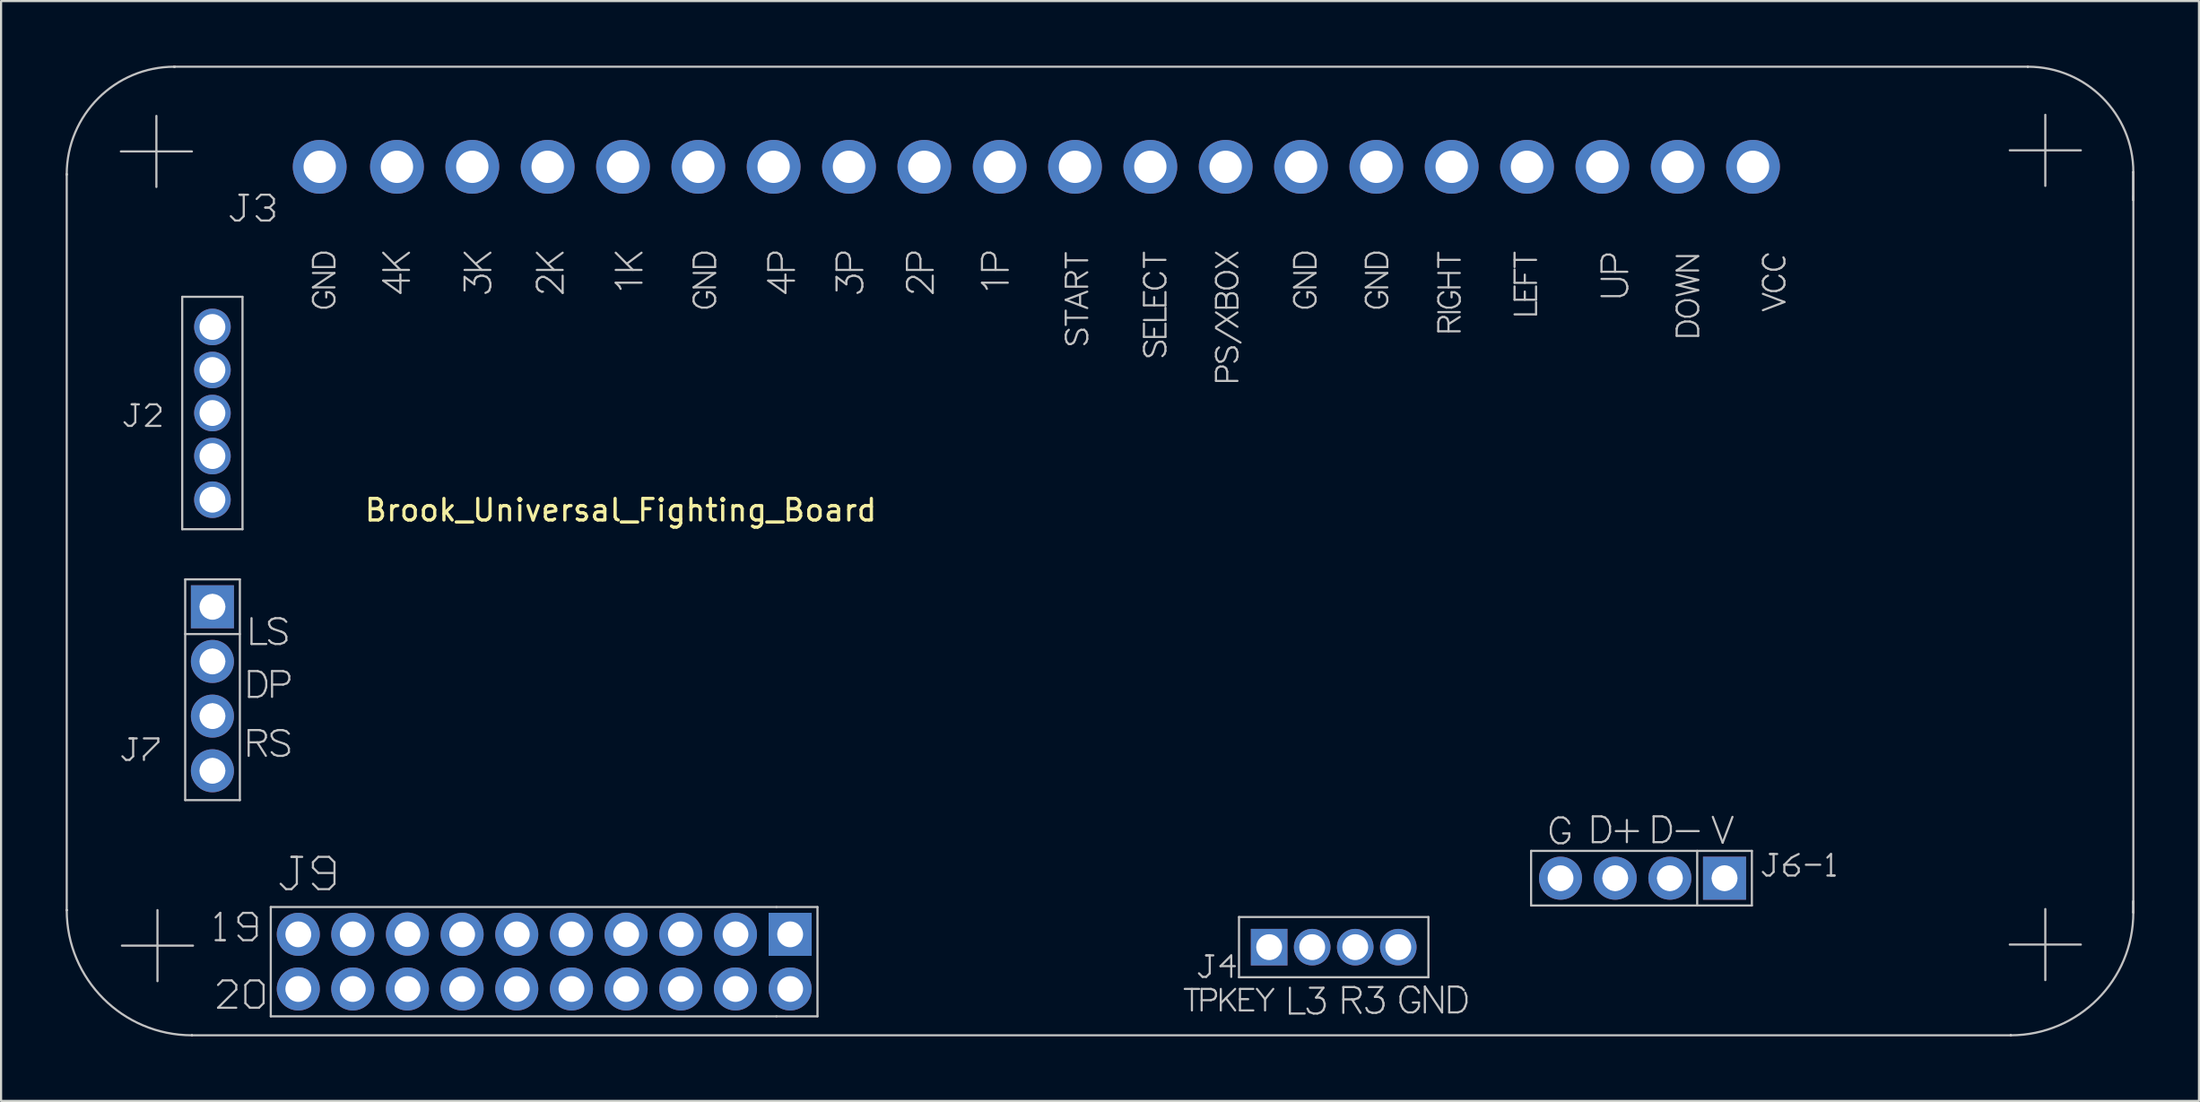
<source format=kicad_pcb>
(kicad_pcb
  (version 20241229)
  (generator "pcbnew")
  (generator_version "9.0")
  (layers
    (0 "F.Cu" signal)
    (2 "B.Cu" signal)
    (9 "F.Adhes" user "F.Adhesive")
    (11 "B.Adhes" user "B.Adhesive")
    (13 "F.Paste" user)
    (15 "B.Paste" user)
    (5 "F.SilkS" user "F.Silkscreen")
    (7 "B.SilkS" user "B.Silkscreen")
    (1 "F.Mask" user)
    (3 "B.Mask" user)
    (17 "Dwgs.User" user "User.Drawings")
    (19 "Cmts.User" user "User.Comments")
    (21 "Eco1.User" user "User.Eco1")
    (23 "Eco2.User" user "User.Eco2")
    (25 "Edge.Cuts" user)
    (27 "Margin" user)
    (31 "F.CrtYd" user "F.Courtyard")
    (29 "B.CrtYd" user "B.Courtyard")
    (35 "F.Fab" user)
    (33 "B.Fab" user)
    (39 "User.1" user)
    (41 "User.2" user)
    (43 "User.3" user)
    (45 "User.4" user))
  (footprint "Brook_Universal_Fighting_Board"
    (layer "F.Cu")
    (at 25.789 20.157)
    (property "Reference" "Brook_Universal_Fighting_Board" (at 0 0.5 0) (layer "F.SilkS") (effects (font (size 1 1) (thickness 0.15))))
    (attr through_hole)
    (fp_line (start -25.739 -15.103) (end -25.739 -15.103) (stroke (width 0.1) (type solid)) (layer "Dwgs.User"))
    (fp_line (start -25.739 -15.103) (end -25.739 -15.103) (stroke (width 0.1) (type solid)) (layer "Dwgs.User"))
    (fp_line (start -25.739 -15.103) (end -25.739 -15.103) (stroke (width 0.1) (type solid)) (layer "Dwgs.User"))
    (fp_line (start -25.739 19.085) (end -25.739 -15.103) (stroke (width 0.1) (type solid)) (layer "Dwgs.User"))
    (fp_line (start -25.739 19.085) (end -25.739 19.085) (stroke (width 0.1) (type solid)) (layer "Dwgs.User"))
    (fp_line (start -25.739 19.085) (end -25.739 19.085) (stroke (width 0.1) (type solid)) (layer "Dwgs.User"))
    (fp_line (start -25.739 19.085) (end -25.739 19.085) (stroke (width 0.1) (type solid)) (layer "Dwgs.User"))
    (fp_line (start -25.739 19.085) (end -25.739 19.085) (stroke (width 0.1) (type solid)) (layer "Dwgs.User"))
    (fp_line (start -25.739 19.085) (end -25.739 19.085) (stroke (width 0.1) (type solid)) (layer "Dwgs.User"))
    (fp_line (start -25.739 19.085) (end -25.739 19.085) (stroke (width 0.1) (type solid)) (layer "Dwgs.User"))
    (fp_line (start -23.224 -16.17) (end -19.922 -16.17) (stroke (width 0.1) (type solid)) (layer "Dwgs.User"))
    (fp_line (start -23.174 20.736) (end -19.872 20.736) (stroke (width 0.1) (type solid)) (layer "Dwgs.User"))
    (fp_line (start -22.985 12.105) (end -23.152 11.938) (stroke (width 0.1) (type solid)) (layer "Dwgs.User"))
    (fp_line (start -22.886 -3.419) (end -23.053 -3.586) (stroke (width 0.1) (type solid)) (layer "Dwgs.User"))
    (fp_line (start -22.819 11.105) (end -22.652 11.105) (stroke (width 0.1) (type solid)) (layer "Dwgs.User"))
    (fp_line (start -22.819 12.105) (end -22.985 12.105) (stroke (width 0.1) (type solid)) (layer "Dwgs.User"))
    (fp_line (start -22.72 -4.419) (end -22.553 -4.419) (stroke (width 0.1) (type solid)) (layer "Dwgs.User"))
    (fp_line (start -22.72 -3.419) (end -22.886 -3.419) (stroke (width 0.1) (type solid)) (layer "Dwgs.User"))
    (fp_line (start -22.652 11.105) (end -22.652 11.938) (stroke (width 0.1) (type solid)) (layer "Dwgs.User"))
    (fp_line (start -22.652 11.938) (end -22.819 12.105) (stroke (width 0.1) (type solid)) (layer "Dwgs.User"))
    (fp_line (start -22.553 -4.419) (end -22.553 -3.586) (stroke (width 0.1) (type solid)) (layer "Dwgs.User"))
    (fp_line (start -22.553 -3.586) (end -22.72 -3.419) (stroke (width 0.1) (type solid)) (layer "Dwgs.User"))
    (fp_line (start -22.486 11.105) (end -22.819 11.105) (stroke (width 0.1) (type solid)) (layer "Dwgs.User"))
    (fp_line (start -22.387 -4.419) (end -22.72 -4.419) (stroke (width 0.1) (type solid)) (layer "Dwgs.User"))
    (fp_line (start -22.152 11.105) (end -21.486 11.105) (stroke (width 0.1) (type solid)) (layer "Dwgs.User"))
    (fp_line (start -22.152 11.938) (end -22.152 12.105) (stroke (width 0.1) (type solid)) (layer "Dwgs.User"))
    (fp_line (start -22.053 -3.419) (end -21.387 -4.085) (stroke (width 0.1) (type solid)) (layer "Dwgs.User"))
    (fp_line (start -21.887 -4.419) (end -22.053 -4.252) (stroke (width 0.1) (type solid)) (layer "Dwgs.User"))
    (fp_line (start -21.573 -14.519) (end -21.573 -17.821) (stroke (width 0.1) (type solid)) (layer "Dwgs.User"))
    (fp_line (start -21.554 -4.419) (end -21.887 -4.419) (stroke (width 0.1) (type solid)) (layer "Dwgs.User"))
    (fp_line (start -21.523 22.387) (end -21.523 19.085) (stroke (width 0.1) (type solid)) (layer "Dwgs.User"))
    (fp_line (start -21.486 11.105) (end -21.486 11.272) (stroke (width 0.1) (type solid)) (layer "Dwgs.User"))
    (fp_line (start -21.486 11.272) (end -22.152 11.938) (stroke (width 0.1) (type solid)) (layer "Dwgs.User"))
    (fp_line (start -21.387 -4.252) (end -21.554 -4.419) (stroke (width 0.1) (type solid)) (layer "Dwgs.User"))
    (fp_line (start -21.387 -4.085) (end -21.387 -4.252) (stroke (width 0.1) (type solid)) (layer "Dwgs.User"))
    (fp_line (start -21.387 -3.419) (end -22.053 -3.419) (stroke (width 0.1) (type solid)) (layer "Dwgs.User"))
    (fp_line (start -20.735 -20.107) (end -20.735 -20.107) (stroke (width 0.1) (type solid)) (layer "Dwgs.User"))
    (fp_line (start -20.735 -20.107) (end -20.735 -20.107) (stroke (width 0.1) (type solid)) (layer "Dwgs.User"))
    (fp_line (start -20.735 -20.107) (end -20.735 -20.107) (stroke (width 0.1) (type solid)) (layer "Dwgs.User"))
    (fp_line (start -20.735 -20.107) (end -20.735 -20.107) (stroke (width 0.1) (type solid)) (layer "Dwgs.User"))
    (fp_line (start -20.735 -20.107) (end -20.735 -20.107) (stroke (width 0.1) (type solid)) (layer "Dwgs.User"))
    (fp_line (start -20.735 -20.107) (end -20.735 -20.107) (stroke (width 0.1) (type solid)) (layer "Dwgs.User"))
    (fp_line (start -20.735 -20.107) (end 65.371 -20.107) (stroke (width 0.1) (type solid)) (layer "Dwgs.User"))
    (fp_line (start -20.373 -9.414) (end -17.573 -9.414) (stroke (width 0.1) (type solid)) (layer "Dwgs.User"))
    (fp_line (start -20.373 1.386) (end -20.373 -9.414) (stroke (width 0.1) (type solid)) (layer "Dwgs.User"))
    (fp_line (start -20.373 1.386) (end -17.573 1.386) (stroke (width 0.1) (type solid)) (layer "Dwgs.User"))
    (fp_line (start -20.235 3.716) (end -17.695 3.716) (stroke (width 0.1) (type solid)) (layer "Dwgs.User"))
    (fp_line (start -20.235 6.256) (end -17.695 6.256) (stroke (width 0.1) (type solid)) (layer "Dwgs.User"))
    (fp_line (start -20.235 13.973) (end -20.235 3.716) (stroke (width 0.1) (type solid)) (layer "Dwgs.User"))
    (fp_line (start -20.235 13.973) (end -17.695 13.973) (stroke (width 0.1) (type solid)) (layer "Dwgs.User"))
    (fp_line (start -19.922 24.902) (end -19.922 24.902) (stroke (width 0.1) (type solid)) (layer "Dwgs.User"))
    (fp_line (start -19.922 24.902) (end -19.922 24.902) (stroke (width 0.1) (type solid)) (layer "Dwgs.User"))
    (fp_line (start -19.922 24.902) (end -19.922 24.902) (stroke (width 0.1) (type solid)) (layer "Dwgs.User"))
    (fp_line (start -19.922 24.902) (end 64.583 24.902) (stroke (width 0.1) (type solid)) (layer "Dwgs.User"))
    (fp_line (start -19.515 4.986) (end -18.415 4.986) (stroke (width 0.1) (type solid)) (layer "Dwgs.User"))
    (fp_line (start -19.515 7.526) (end -18.415 7.526) (stroke (width 0.1) (type solid)) (layer "Dwgs.User"))
    (fp_line (start -19.515 10.066) (end -18.415 10.066) (stroke (width 0.1) (type solid)) (layer "Dwgs.User"))
    (fp_line (start -19.515 12.606) (end -18.415 12.606) (stroke (width 0.1) (type solid)) (layer "Dwgs.User"))
    (fp_line (start -19.423 -8.014) (end -18.523 -8.014) (stroke (width 0.1) (type solid)) (layer "Dwgs.User"))
    (fp_line (start -19.423 -6.014) (end -18.523 -6.014) (stroke (width 0.1) (type solid)) (layer "Dwgs.User"))
    (fp_line (start -19.423 -4.014) (end -18.523 -4.014) (stroke (width 0.1) (type solid)) (layer "Dwgs.User"))
    (fp_line (start -19.423 -2.014) (end -18.523 -2.014) (stroke (width 0.1) (type solid)) (layer "Dwgs.User"))
    (fp_line (start -19.423 -0.014) (end -18.523 -0.014) (stroke (width 0.1) (type solid)) (layer "Dwgs.User"))
    (fp_line (start -18.973 -7.564) (end -18.973 -8.464) (stroke (width 0.1) (type solid)) (layer "Dwgs.User"))
    (fp_line (start -18.973 -5.564) (end -18.973 -6.464) (stroke (width 0.1) (type solid)) (layer "Dwgs.User"))
    (fp_line (start -18.973 -3.564) (end -18.973 -4.464) (stroke (width 0.1) (type solid)) (layer "Dwgs.User"))
    (fp_line (start -18.973 -1.564) (end -18.973 -2.464) (stroke (width 0.1) (type solid)) (layer "Dwgs.User"))
    (fp_line (start -18.973 0.436) (end -18.973 -0.464) (stroke (width 0.1) (type solid)) (layer "Dwgs.User"))
    (fp_line (start -18.965 5.536) (end -18.965 4.436) (stroke (width 0.1) (type solid)) (layer "Dwgs.User"))
    (fp_line (start -18.965 8.076) (end -18.965 6.976) (stroke (width 0.1) (type solid)) (layer "Dwgs.User"))
    (fp_line (start -18.965 10.616) (end -18.965 9.516) (stroke (width 0.1) (type solid)) (layer "Dwgs.User"))
    (fp_line (start -18.965 13.156) (end -18.965 12.056) (stroke (width 0.1) (type solid)) (layer "Dwgs.User"))
    (fp_line (start -18.819 20.482) (end -18.396 20.482) (stroke (width 0.1) (type solid)) (layer "Dwgs.User"))
    (fp_line (start -18.709 23.622) (end -17.863 22.776) (stroke (width 0.1) (type solid)) (layer "Dwgs.User"))
    (fp_line (start -18.607 19.212) (end -18.819 19.424) (stroke (width 0.1) (type solid)) (layer "Dwgs.User"))
    (fp_line (start -18.607 20.482) (end -18.607 19.212) (stroke (width 0.1) (type solid)) (layer "Dwgs.User"))
    (fp_line (start -18.497 22.352) (end -18.709 22.564) (stroke (width 0.1) (type solid)) (layer "Dwgs.User"))
    (fp_line (start -18.396 20.482) (end -18.607 20.482) (stroke (width 0.1) (type solid)) (layer "Dwgs.User"))
    (fp_line (start -18.074 22.352) (end -18.497 22.352) (stroke (width 0.1) (type solid)) (layer "Dwgs.User"))
    (fp_line (start -17.915 -12.961) (end -18.115 -13.161) (stroke (width 0.1) (type solid)) (layer "Dwgs.User"))
    (fp_line (start -17.863 22.564) (end -18.074 22.352) (stroke (width 0.1) (type solid)) (layer "Dwgs.User"))
    (fp_line (start -17.863 22.776) (end -17.863 22.564) (stroke (width 0.1) (type solid)) (layer "Dwgs.User"))
    (fp_line (start -17.863 23.622) (end -18.709 23.622) (stroke (width 0.1) (type solid)) (layer "Dwgs.User"))
    (fp_line (start -17.761 19.424) (end -17.761 19.636) (stroke (width 0.1) (type solid)) (layer "Dwgs.User"))
    (fp_line (start -17.761 19.636) (end -17.549 19.847) (stroke (width 0.1) (type solid)) (layer "Dwgs.User"))
    (fp_line (start -17.761 20.27) (end -17.549 20.482) (stroke (width 0.1) (type solid)) (layer "Dwgs.User"))
    (fp_line (start -17.715 -14.161) (end -17.515 -14.161) (stroke (width 0.1) (type solid)) (layer "Dwgs.User"))
    (fp_line (start -17.715 -12.961) (end -17.915 -12.961) (stroke (width 0.1) (type solid)) (layer "Dwgs.User"))
    (fp_line (start -17.695 13.973) (end -17.695 3.716) (stroke (width 0.1) (type solid)) (layer "Dwgs.User"))
    (fp_line (start -17.573 1.386) (end -17.573 -9.414) (stroke (width 0.1) (type solid)) (layer "Dwgs.User"))
    (fp_line (start -17.549 19.212) (end -17.761 19.424) (stroke (width 0.1) (type solid)) (layer "Dwgs.User"))
    (fp_line (start -17.549 19.847) (end -16.915 19.847) (stroke (width 0.1) (type solid)) (layer "Dwgs.User"))
    (fp_line (start -17.549 20.482) (end -17.126 20.482) (stroke (width 0.1) (type solid)) (layer "Dwgs.User"))
    (fp_line (start -17.515 -14.161) (end -17.515 -13.161) (stroke (width 0.1) (type solid)) (layer "Dwgs.User"))
    (fp_line (start -17.515 -13.161) (end -17.715 -12.961) (stroke (width 0.1) (type solid)) (layer "Dwgs.User"))
    (fp_line (start -17.439 22.564) (end -17.228 22.352) (stroke (width 0.1) (type solid)) (layer "Dwgs.User"))
    (fp_line (start -17.439 23.41) (end -17.439 22.564) (stroke (width 0.1) (type solid)) (layer "Dwgs.User"))
    (fp_line (start -17.315 -14.161) (end -17.715 -14.161) (stroke (width 0.1) (type solid)) (layer "Dwgs.User"))
    (fp_line (start -17.286 10.718) (end -17.286 11.917) (stroke (width 0.1) (type solid)) (layer "Dwgs.User"))
    (fp_line (start -17.286 10.718) (end -16.772 10.718) (stroke (width 0.1) (type solid)) (layer "Dwgs.User"))
    (fp_line (start -17.269 7.976) (end -17.269 9.176) (stroke (width 0.1) (type solid)) (layer "Dwgs.User"))
    (fp_line (start -17.269 7.976) (end -16.869 7.976) (stroke (width 0.1) (type solid)) (layer "Dwgs.User"))
    (fp_line (start -17.228 22.352) (end -16.805 22.352) (stroke (width 0.1) (type solid)) (layer "Dwgs.User"))
    (fp_line (start -17.228 23.622) (end -17.439 23.41) (stroke (width 0.1) (type solid)) (layer "Dwgs.User"))
    (fp_line (start -17.154 5.518) (end -17.154 6.717) (stroke (width 0.1) (type solid)) (layer "Dwgs.User"))
    (fp_line (start -17.154 6.717) (end -16.468 6.717) (stroke (width 0.1) (type solid)) (layer "Dwgs.User"))
    (fp_line (start -17.126 19.212) (end -17.549 19.212) (stroke (width 0.1) (type solid)) (layer "Dwgs.User"))
    (fp_line (start -17.126 20.482) (end -16.915 20.27) (stroke (width 0.1) (type solid)) (layer "Dwgs.User"))
    (fp_line (start -16.915 -13.961) (end -16.715 -14.161) (stroke (width 0.1) (type solid)) (layer "Dwgs.User"))
    (fp_line (start -16.915 19.424) (end -17.126 19.212) (stroke (width 0.1) (type solid)) (layer "Dwgs.User"))
    (fp_line (start -16.915 20.27) (end -16.915 19.424) (stroke (width 0.1) (type solid)) (layer "Dwgs.User"))
    (fp_line (start -16.886 11.289) (end -16.486 11.917) (stroke (width 0.1) (type solid)) (layer "Dwgs.User"))
    (fp_line (start -16.869 7.976) (end -16.697 8.033) (stroke (width 0.1) (type solid)) (layer "Dwgs.User"))
    (fp_line (start -16.869 9.176) (end -17.269 9.176) (stroke (width 0.1) (type solid)) (layer "Dwgs.User"))
    (fp_line (start -16.805 22.352) (end -16.593 22.564) (stroke (width 0.1) (type solid)) (layer "Dwgs.User"))
    (fp_line (start -16.805 23.622) (end -17.228 23.622) (stroke (width 0.1) (type solid)) (layer "Dwgs.User"))
    (fp_line (start -16.772 10.718) (end -16.6 10.775) (stroke (width 0.1) (type solid)) (layer "Dwgs.User"))
    (fp_line (start -16.772 11.289) (end -17.286 11.289) (stroke (width 0.1) (type solid)) (layer "Dwgs.User"))
    (fp_line (start -16.715 -14.161) (end -16.316 -14.161) (stroke (width 0.1) (type solid)) (layer "Dwgs.User"))
    (fp_line (start -16.715 -12.961) (end -16.915 -13.161) (stroke (width 0.1) (type solid)) (layer "Dwgs.User"))
    (fp_line (start -16.697 8.033) (end -16.583 8.148) (stroke (width 0.1) (type solid)) (layer "Dwgs.User"))
    (fp_line (start -16.697 9.119) (end -16.869 9.176) (stroke (width 0.1) (type solid)) (layer "Dwgs.User"))
    (fp_line (start -16.6 10.775) (end -16.543 10.832) (stroke (width 0.1) (type solid)) (layer "Dwgs.User"))
    (fp_line (start -16.6 11.232) (end -16.772 11.289) (stroke (width 0.1) (type solid)) (layer "Dwgs.User"))
    (fp_line (start -16.593 22.564) (end -16.593 23.41) (stroke (width 0.1) (type solid)) (layer "Dwgs.User"))
    (fp_line (start -16.593 23.41) (end -16.805 23.622) (stroke (width 0.1) (type solid)) (layer "Dwgs.User"))
    (fp_line (start -16.583 8.148) (end -16.526 8.262) (stroke (width 0.1) (type solid)) (layer "Dwgs.User"))
    (fp_line (start -16.583 9.005) (end -16.697 9.119) (stroke (width 0.1) (type solid)) (layer "Dwgs.User"))
    (fp_line (start -16.543 10.832) (end -16.486 10.946) (stroke (width 0.1) (type solid)) (layer "Dwgs.User"))
    (fp_line (start -16.543 11.175) (end -16.6 11.232) (stroke (width 0.1) (type solid)) (layer "Dwgs.User"))
    (fp_line (start -16.526 8.262) (end -16.469 8.433) (stroke (width 0.1) (type solid)) (layer "Dwgs.User"))
    (fp_line (start -16.526 8.89) (end -16.583 9.005) (stroke (width 0.1) (type solid)) (layer "Dwgs.User"))
    (fp_line (start -16.516 -13.561) (end -16.316 -13.561) (stroke (width 0.1) (type solid)) (layer "Dwgs.User"))
    (fp_line (start -16.486 10.946) (end -16.486 11.06) (stroke (width 0.1) (type solid)) (layer "Dwgs.User"))
    (fp_line (start -16.486 11.06) (end -16.543 11.175) (stroke (width 0.1) (type solid)) (layer "Dwgs.User"))
    (fp_line (start -16.469 8.433) (end -16.469 8.719) (stroke (width 0.1) (type solid)) (layer "Dwgs.User"))
    (fp_line (start -16.469 8.719) (end -16.526 8.89) (stroke (width 0.1) (type solid)) (layer "Dwgs.User"))
    (fp_line (start -16.337 5.689) (end -16.337 5.803) (stroke (width 0.1) (type solid)) (layer "Dwgs.User"))
    (fp_line (start -16.337 5.803) (end -16.28 5.918) (stroke (width 0.1) (type solid)) (layer "Dwgs.User"))
    (fp_line (start -16.316 -14.161) (end -16.116 -13.961) (stroke (width 0.1) (type solid)) (layer "Dwgs.User"))
    (fp_line (start -16.316 -13.561) (end -16.516 -13.561) (stroke (width 0.1) (type solid)) (layer "Dwgs.User"))
    (fp_line (start -16.316 -13.561) (end -16.116 -13.361) (stroke (width 0.1) (type solid)) (layer "Dwgs.User"))
    (fp_line (start -16.316 -12.961) (end -16.715 -12.961) (stroke (width 0.1) (type solid)) (layer "Dwgs.User"))
    (fp_line (start -16.28 5.918) (end -16.223 5.975) (stroke (width 0.1) (type solid)) (layer "Dwgs.User"))
    (fp_line (start -16.259 18.942) (end 7.236 18.942) (stroke (width 0.1) (type solid)) (layer "Dwgs.User"))
    (fp_line (start -16.259 24.022) (end -16.259 18.942) (stroke (width 0.1) (type solid)) (layer "Dwgs.User"))
    (fp_line (start -16.259 24.022) (end 7.236 24.022) (stroke (width 0.1) (type solid)) (layer "Dwgs.User"))
    (fp_line (start -16.223 5.575) (end -16.337 5.689) (stroke (width 0.1) (type solid)) (layer "Dwgs.User"))
    (fp_line (start -16.223 5.975) (end -16.109 6.032) (stroke (width 0.1) (type solid)) (layer "Dwgs.User"))
    (fp_line (start -16.223 6.66) (end -16.337 6.546) (stroke (width 0.1) (type solid)) (layer "Dwgs.User"))
    (fp_line (start -16.218 10.889) (end -16.218 11.003) (stroke (width 0.1) (type solid)) (layer "Dwgs.User"))
    (fp_line (start -16.218 11.003) (end -16.161 11.118) (stroke (width 0.1) (type solid)) (layer "Dwgs.User"))
    (fp_line (start -16.2 7.976) (end -16.2 9.176) (stroke (width 0.1) (type solid)) (layer "Dwgs.User"))
    (fp_line (start -16.2 8.605) (end -15.686 8.605) (stroke (width 0.1) (type solid)) (layer "Dwgs.User"))
    (fp_line (start -16.161 11.118) (end -16.103 11.175) (stroke (width 0.1) (type solid)) (layer "Dwgs.User"))
    (fp_line (start -16.116 -13.961) (end -16.116 -13.761) (stroke (width 0.1) (type solid)) (layer "Dwgs.User"))
    (fp_line (start -16.116 -13.761) (end -16.316 -13.561) (stroke (width 0.1) (type solid)) (layer "Dwgs.User"))
    (fp_line (start -16.116 -13.361) (end -16.116 -13.161) (stroke (width 0.1) (type solid)) (layer "Dwgs.User"))
    (fp_line (start -16.116 -13.161) (end -16.316 -12.961) (stroke (width 0.1) (type solid)) (layer "Dwgs.User"))
    (fp_line (start -16.109 6.032) (end -15.766 6.146) (stroke (width 0.1) (type solid)) (layer "Dwgs.User"))
    (fp_line (start -16.103 10.775) (end -16.218 10.889) (stroke (width 0.1) (type solid)) (layer "Dwgs.User"))
    (fp_line (start -16.103 11.175) (end -15.989 11.232) (stroke (width 0.1) (type solid)) (layer "Dwgs.User"))
    (fp_line (start -16.103 11.86) (end -16.218 11.746) (stroke (width 0.1) (type solid)) (layer "Dwgs.User"))
    (fp_line (start -16.051 5.518) (end -16.223 5.575) (stroke (width 0.1) (type solid)) (layer "Dwgs.User"))
    (fp_line (start -16.051 6.717) (end -16.223 6.66) (stroke (width 0.1) (type solid)) (layer "Dwgs.User"))
    (fp_line (start -15.989 11.232) (end -15.646 11.346) (stroke (width 0.1) (type solid)) (layer "Dwgs.User"))
    (fp_line (start -15.932 10.718) (end -16.103 10.775) (stroke (width 0.1) (type solid)) (layer "Dwgs.User"))
    (fp_line (start -15.932 11.917) (end -16.103 11.86) (stroke (width 0.1) (type solid)) (layer "Dwgs.User"))
    (fp_line (start -15.823 5.518) (end -16.051 5.518) (stroke (width 0.1) (type solid)) (layer "Dwgs.User"))
    (fp_line (start -15.823 6.717) (end -16.051 6.717) (stroke (width 0.1) (type solid)) (layer "Dwgs.User"))
    (fp_line (start -15.766 6.146) (end -15.652 6.203) (stroke (width 0.1) (type solid)) (layer "Dwgs.User"))
    (fp_line (start -15.704 10.718) (end -15.932 10.718) (stroke (width 0.1) (type solid)) (layer "Dwgs.User"))
    (fp_line (start -15.704 11.917) (end -15.932 11.917) (stroke (width 0.1) (type solid)) (layer "Dwgs.User"))
    (fp_line (start -15.686 7.976) (end -16.2 7.976) (stroke (width 0.1) (type solid)) (layer "Dwgs.User"))
    (fp_line (start -15.686 8.605) (end -15.515 8.548) (stroke (width 0.1) (type solid)) (layer "Dwgs.User"))
    (fp_line (start -15.652 5.575) (end -15.823 5.518) (stroke (width 0.1) (type solid)) (layer "Dwgs.User"))
    (fp_line (start -15.652 6.203) (end -15.594 6.26) (stroke (width 0.1) (type solid)) (layer "Dwgs.User"))
    (fp_line (start -15.652 6.66) (end -15.823 6.717) (stroke (width 0.1) (type solid)) (layer "Dwgs.User"))
    (fp_line (start -15.646 11.346) (end -15.532 11.403) (stroke (width 0.1) (type solid)) (layer "Dwgs.User"))
    (fp_line (start -15.594 6.26) (end -15.537 6.375) (stroke (width 0.1) (type solid)) (layer "Dwgs.User"))
    (fp_line (start -15.549 18.111) (end -15.799 17.861) (stroke (width 0.1) (type solid)) (layer "Dwgs.User"))
    (fp_line (start -15.537 5.689) (end -15.652 5.575) (stroke (width 0.1) (type solid)) (layer "Dwgs.User"))
    (fp_line (start -15.537 6.375) (end -15.537 6.546) (stroke (width 0.1) (type solid)) (layer "Dwgs.User"))
    (fp_line (start -15.537 6.546) (end -15.652 6.66) (stroke (width 0.1) (type solid)) (layer "Dwgs.User"))
    (fp_line (start -15.532 10.775) (end -15.704 10.718) (stroke (width 0.1) (type solid)) (layer "Dwgs.User"))
    (fp_line (start -15.532 11.403) (end -15.475 11.46) (stroke (width 0.1) (type solid)) (layer "Dwgs.User"))
    (fp_line (start -15.532 11.86) (end -15.704 11.917) (stroke (width 0.1) (type solid)) (layer "Dwgs.User"))
    (fp_line (start -15.515 8.033) (end -15.686 7.976) (stroke (width 0.1) (type solid)) (layer "Dwgs.User"))
    (fp_line (start -15.515 8.548) (end -15.458 8.49) (stroke (width 0.1) (type solid)) (layer "Dwgs.User"))
    (fp_line (start -15.475 11.46) (end -15.418 11.575) (stroke (width 0.1) (type solid)) (layer "Dwgs.User"))
    (fp_line (start -15.458 8.091) (end -15.515 8.033) (stroke (width 0.1) (type solid)) (layer "Dwgs.User"))
    (fp_line (start -15.458 8.49) (end -15.4 8.376) (stroke (width 0.1) (type solid)) (layer "Dwgs.User"))
    (fp_line (start -15.439 20.212) (end -14.539 20.212) (stroke (width 0.1) (type solid)) (layer "Dwgs.User"))
    (fp_line (start -15.439 20.212) (end -14.539 20.212) (stroke (width 0.1) (type solid)) (layer "Dwgs.User"))
    (fp_line (start -15.439 22.752) (end -14.539 22.752) (stroke (width 0.1) (type solid)) (layer "Dwgs.User"))
    (fp_line (start -15.418 10.889) (end -15.532 10.775) (stroke (width 0.1) (type solid)) (layer "Dwgs.User"))
    (fp_line (start -15.418 11.575) (end -15.418 11.746) (stroke (width 0.1) (type solid)) (layer "Dwgs.User"))
    (fp_line (start -15.418 11.746) (end -15.532 11.86) (stroke (width 0.1) (type solid)) (layer "Dwgs.User"))
    (fp_line (start -15.4 8.205) (end -15.458 8.091) (stroke (width 0.1) (type solid)) (layer "Dwgs.User"))
    (fp_line (start -15.4 8.376) (end -15.4 8.205) (stroke (width 0.1) (type solid)) (layer "Dwgs.User"))
    (fp_line (start -15.299 16.611) (end -15.049 16.611) (stroke (width 0.1) (type solid)) (layer "Dwgs.User"))
    (fp_line (start -15.299 18.111) (end -15.549 18.111) (stroke (width 0.1) (type solid)) (layer "Dwgs.User"))
    (fp_line (start -15.049 16.611) (end -15.049 17.861) (stroke (width 0.1) (type solid)) (layer "Dwgs.User"))
    (fp_line (start -15.049 17.861) (end -15.299 18.111) (stroke (width 0.1) (type solid)) (layer "Dwgs.User"))
    (fp_line (start -14.989 20.662) (end -14.989 19.762) (stroke (width 0.1) (type solid)) (layer "Dwgs.User"))
    (fp_line (start -14.989 23.202) (end -14.989 22.302) (stroke (width 0.1) (type solid)) (layer "Dwgs.User"))
    (fp_line (start -14.799 16.611) (end -15.299 16.611) (stroke (width 0.1) (type solid)) (layer "Dwgs.User"))
    (fp_line (start -14.446 -15.455) (end -13.346 -15.455) (stroke (width 0.1) (type solid)) (layer "Dwgs.User"))
    (fp_line (start -14.3 -11.131) (end -14.252 -11.274) (stroke (width 0.1) (type solid)) (layer "Dwgs.User"))
    (fp_line (start -14.3 -10.798) (end -14.3 -11.131) (stroke (width 0.1) (type solid)) (layer "Dwgs.User"))
    (fp_line (start -14.3 -10.798) (end -13.3 -10.798) (stroke (width 0.1) (type solid)) (layer "Dwgs.User"))
    (fp_line (start -14.3 -10.521) (end -13.3 -10.521) (stroke (width 0.1) (type solid)) (layer "Dwgs.User"))
    (fp_line (start -14.3 -9.855) (end -13.3 -10.521) (stroke (width 0.1) (type solid)) (layer "Dwgs.User"))
    (fp_line (start -14.3 -9.855) (end -13.3 -9.855) (stroke (width 0.1) (type solid)) (layer "Dwgs.User"))
    (fp_line (start -14.3 -9.388) (end -14.3 -9.198) (stroke (width 0.1) (type solid)) (layer "Dwgs.User"))
    (fp_line (start -14.3 -9.198) (end -14.252 -9.103) (stroke (width 0.1) (type solid)) (layer "Dwgs.User"))
    (fp_line (start -14.3 16.861) (end -14.3 17.111) (stroke (width 0.1) (type solid)) (layer "Dwgs.User"))
    (fp_line (start -14.3 17.111) (end -14.05 17.361) (stroke (width 0.1) (type solid)) (layer "Dwgs.User"))
    (fp_line (start -14.3 17.861) (end -14.05 18.111) (stroke (width 0.1) (type solid)) (layer "Dwgs.User"))
    (fp_line (start -14.252 -11.274) (end -14.157 -11.369) (stroke (width 0.1) (type solid)) (layer "Dwgs.User"))
    (fp_line (start -14.252 -9.484) (end -14.3 -9.388) (stroke (width 0.1) (type solid)) (layer "Dwgs.User"))
    (fp_line (start -14.252 -9.103) (end -14.157 -9.008) (stroke (width 0.1) (type solid)) (layer "Dwgs.User"))
    (fp_line (start -14.157 -11.369) (end -14.062 -11.417) (stroke (width 0.1) (type solid)) (layer "Dwgs.User"))
    (fp_line (start -14.157 -9.579) (end -14.252 -9.484) (stroke (width 0.1) (type solid)) (layer "Dwgs.User"))
    (fp_line (start -14.157 -9.008) (end -14.062 -8.96) (stroke (width 0.1) (type solid)) (layer "Dwgs.User"))
    (fp_line (start -14.062 -11.417) (end -13.919 -11.464) (stroke (width 0.1) (type solid)) (layer "Dwgs.User"))
    (fp_line (start -14.062 -9.626) (end -14.157 -9.579) (stroke (width 0.1) (type solid)) (layer "Dwgs.User"))
    (fp_line (start -14.062 -8.96) (end -13.919 -8.912) (stroke (width 0.1) (type solid)) (layer "Dwgs.User"))
    (fp_line (start -14.05 16.611) (end -14.3 16.861) (stroke (width 0.1) (type solid)) (layer "Dwgs.User"))
    (fp_line (start -14.05 17.361) (end -13.3 17.361) (stroke (width 0.1) (type solid)) (layer "Dwgs.User"))
    (fp_line (start -14.05 18.111) (end -13.55 18.111) (stroke (width 0.1) (type solid)) (layer "Dwgs.User"))
    (fp_line (start -13.919 -11.464) (end -13.681 -11.464) (stroke (width 0.1) (type solid)) (layer "Dwgs.User"))
    (fp_line (start -13.919 -8.912) (end -13.681 -8.912) (stroke (width 0.1) (type solid)) (layer "Dwgs.User"))
    (fp_line (start -13.896 -14.905) (end -13.896 -16.005) (stroke (width 0.1) (type solid)) (layer "Dwgs.User"))
    (fp_line (start -13.681 -11.464) (end -13.538 -11.417) (stroke (width 0.1) (type solid)) (layer "Dwgs.User"))
    (fp_line (start -13.681 -9.388) (end -13.681 -9.626) (stroke (width 0.1) (type solid)) (layer "Dwgs.User"))
    (fp_line (start -13.681 -8.912) (end -13.538 -8.96) (stroke (width 0.1) (type solid)) (layer "Dwgs.User"))
    (fp_line (start -13.55 16.611) (end -14.05 16.611) (stroke (width 0.1) (type solid)) (layer "Dwgs.User"))
    (fp_line (start -13.55 18.111) (end -13.3 17.861) (stroke (width 0.1) (type solid)) (layer "Dwgs.User"))
    (fp_line (start -13.538 -11.417) (end -13.443 -11.369) (stroke (width 0.1) (type solid)) (layer "Dwgs.User"))
    (fp_line (start -13.538 -9.626) (end -13.681 -9.626) (stroke (width 0.1) (type solid)) (layer "Dwgs.User"))
    (fp_line (start -13.538 -8.96) (end -13.443 -9.008) (stroke (width 0.1) (type solid)) (layer "Dwgs.User"))
    (fp_line (start -13.443 -11.369) (end -13.348 -11.274) (stroke (width 0.1) (type solid)) (layer "Dwgs.User"))
    (fp_line (start -13.443 -9.579) (end -13.538 -9.626) (stroke (width 0.1) (type solid)) (layer "Dwgs.User"))
    (fp_line (start -13.443 -9.008) (end -13.348 -9.103) (stroke (width 0.1) (type solid)) (layer "Dwgs.User"))
    (fp_line (start -13.348 -11.274) (end -13.3 -11.131) (stroke (width 0.1) (type solid)) (layer "Dwgs.User"))
    (fp_line (start -13.348 -9.484) (end -13.443 -9.579) (stroke (width 0.1) (type solid)) (layer "Dwgs.User"))
    (fp_line (start -13.348 -9.103) (end -13.3 -9.198) (stroke (width 0.1) (type solid)) (layer "Dwgs.User"))
    (fp_line (start -13.3 -11.131) (end -13.3 -10.798) (stroke (width 0.1) (type solid)) (layer "Dwgs.User"))
    (fp_line (start -13.3 -9.388) (end -13.348 -9.484) (stroke (width 0.1) (type solid)) (layer "Dwgs.User"))
    (fp_line (start -13.3 -9.198) (end -13.3 -9.388) (stroke (width 0.1) (type solid)) (layer "Dwgs.User"))
    (fp_line (start -13.3 16.861) (end -13.55 16.611) (stroke (width 0.1) (type solid)) (layer "Dwgs.User"))
    (fp_line (start -13.3 17.861) (end -13.3 16.861) (stroke (width 0.1) (type solid)) (layer "Dwgs.User"))
    (fp_line (start -12.899 20.212) (end -11.999 20.212) (stroke (width 0.1) (type solid)) (layer "Dwgs.User"))
    (fp_line (start -12.899 22.752) (end -11.999 22.752) (stroke (width 0.1) (type solid)) (layer "Dwgs.User"))
    (fp_line (start -12.449 20.662) (end -12.449 19.762) (stroke (width 0.1) (type solid)) (layer "Dwgs.User"))
    (fp_line (start -12.449 23.202) (end -12.449 22.302) (stroke (width 0.1) (type solid)) (layer "Dwgs.User"))
    (fp_line (start -11.037 -11.464) (end -10.237 -10.664) (stroke (width 0.1) (type solid)) (layer "Dwgs.User"))
    (fp_line (start -11.037 -10.664) (end -9.837 -10.664) (stroke (width 0.1) (type solid)) (layer "Dwgs.User"))
    (fp_line (start -11.037 -10.167) (end -10.237 -9.596) (stroke (width 0.1) (type solid)) (layer "Dwgs.User"))
    (fp_line (start -11.037 -10.167) (end -9.837 -10.167) (stroke (width 0.1) (type solid)) (layer "Dwgs.User"))
    (fp_line (start -10.946 -15.455) (end -9.846 -15.455) (stroke (width 0.1) (type solid)) (layer "Dwgs.User"))
    (fp_line (start -10.523 -10.95) (end -9.837 -11.464) (stroke (width 0.1) (type solid)) (layer "Dwgs.User"))
    (fp_line (start -10.396 -14.905) (end -10.396 -16.005) (stroke (width 0.1) (type solid)) (layer "Dwgs.User"))
    (fp_line (start -10.359 20.212) (end -9.459 20.212) (stroke (width 0.1) (type solid)) (layer "Dwgs.User"))
    (fp_line (start -10.359 22.752) (end -9.459 22.752) (stroke (width 0.1) (type solid)) (layer "Dwgs.User"))
    (fp_line (start -10.237 -9.596) (end -10.237 -10.453) (stroke (width 0.1) (type solid)) (layer "Dwgs.User"))
    (fp_line (start -9.909 20.662) (end -9.909 19.762) (stroke (width 0.1) (type solid)) (layer "Dwgs.User"))
    (fp_line (start -9.909 23.202) (end -9.909 22.302) (stroke (width 0.1) (type solid)) (layer "Dwgs.User"))
    (fp_line (start -7.819 20.212) (end -6.919 20.212) (stroke (width 0.1) (type solid)) (layer "Dwgs.User"))
    (fp_line (start -7.819 22.752) (end -6.919 22.752) (stroke (width 0.1) (type solid)) (layer "Dwgs.User"))
    (fp_line (start -7.446 -15.455) (end -6.346 -15.455) (stroke (width 0.1) (type solid)) (layer "Dwgs.User"))
    (fp_line (start -7.369 20.662) (end -7.369 19.762) (stroke (width 0.1) (type solid)) (layer "Dwgs.User"))
    (fp_line (start -7.369 23.202) (end -7.369 22.302) (stroke (width 0.1) (type solid)) (layer "Dwgs.User"))
    (fp_line (start -7.256 -11.464) (end -6.456 -10.664) (stroke (width 0.1) (type solid)) (layer "Dwgs.User"))
    (fp_line (start -7.256 -10.664) (end -6.056 -10.664) (stroke (width 0.1) (type solid)) (layer "Dwgs.User"))
    (fp_line (start -7.256 -10.339) (end -6.799 -9.996) (stroke (width 0.1) (type solid)) (layer "Dwgs.User"))
    (fp_line (start -7.256 -9.71) (end -7.256 -10.339) (stroke (width 0.1) (type solid)) (layer "Dwgs.User"))
    (fp_line (start -6.896 -14.905) (end -6.896 -16.005) (stroke (width 0.1) (type solid)) (layer "Dwgs.User"))
    (fp_line (start -6.799 -10.167) (end -6.742 -10.282) (stroke (width 0.1) (type solid)) (layer "Dwgs.User"))
    (fp_line (start -6.799 -9.996) (end -6.799 -10.167) (stroke (width 0.1) (type solid)) (layer "Dwgs.User"))
    (fp_line (start -6.742 -10.95) (end -6.056 -11.464) (stroke (width 0.1) (type solid)) (layer "Dwgs.User"))
    (fp_line (start -6.742 -10.282) (end -6.684 -10.339) (stroke (width 0.1) (type solid)) (layer "Dwgs.User"))
    (fp_line (start -6.684 -10.339) (end -6.513 -10.396) (stroke (width 0.1) (type solid)) (layer "Dwgs.User"))
    (fp_line (start -6.513 -10.396) (end -6.399 -10.396) (stroke (width 0.1) (type solid)) (layer "Dwgs.User"))
    (fp_line (start -6.399 -10.396) (end -6.227 -10.339) (stroke (width 0.1) (type solid)) (layer "Dwgs.User"))
    (fp_line (start -6.227 -10.339) (end -6.113 -10.224) (stroke (width 0.1) (type solid)) (layer "Dwgs.User"))
    (fp_line (start -6.17 -9.653) (end -6.285 -9.596) (stroke (width 0.1) (type solid)) (layer "Dwgs.User"))
    (fp_line (start -6.113 -10.224) (end -6.056 -10.053) (stroke (width 0.1) (type solid)) (layer "Dwgs.User"))
    (fp_line (start -6.113 -9.71) (end -6.17 -9.653) (stroke (width 0.1) (type solid)) (layer "Dwgs.User"))
    (fp_line (start -6.056 -10.053) (end -6.056 -9.882) (stroke (width 0.1) (type solid)) (layer "Dwgs.User"))
    (fp_line (start -6.056 -9.882) (end -6.113 -9.71) (stroke (width 0.1) (type solid)) (layer "Dwgs.User"))
    (fp_line (start -5.279 20.212) (end -4.379 20.212) (stroke (width 0.1) (type solid)) (layer "Dwgs.User"))
    (fp_line (start -5.279 22.752) (end -4.379 22.752) (stroke (width 0.1) (type solid)) (layer "Dwgs.User"))
    (fp_line (start -4.829 20.662) (end -4.829 19.762) (stroke (width 0.1) (type solid)) (layer "Dwgs.User"))
    (fp_line (start -4.829 23.202) (end -4.829 22.302) (stroke (width 0.1) (type solid)) (layer "Dwgs.User"))
    (fp_line (start -3.946 -15.455) (end -2.846 -15.455) (stroke (width 0.1) (type solid)) (layer "Dwgs.User"))
    (fp_line (start -3.899 -11.464) (end -3.099 -10.664) (stroke (width 0.1) (type solid)) (layer "Dwgs.User"))
    (fp_line (start -3.899 -10.664) (end -2.699 -10.664) (stroke (width 0.1) (type solid)) (layer "Dwgs.User"))
    (fp_line (start -3.899 -10.11) (end -3.842 -10.224) (stroke (width 0.1) (type solid)) (layer "Dwgs.User"))
    (fp_line (start -3.899 -9.882) (end -3.899 -10.11) (stroke (width 0.1) (type solid)) (layer "Dwgs.User"))
    (fp_line (start -3.842 -10.224) (end -3.785 -10.282) (stroke (width 0.1) (type solid)) (layer "Dwgs.User"))
    (fp_line (start -3.842 -9.767) (end -3.899 -9.882) (stroke (width 0.1) (type solid)) (layer "Dwgs.User"))
    (fp_line (start -3.785 -10.282) (end -3.67 -10.339) (stroke (width 0.1) (type solid)) (layer "Dwgs.User"))
    (fp_line (start -3.785 -9.71) (end -3.842 -9.767) (stroke (width 0.1) (type solid)) (layer "Dwgs.User"))
    (fp_line (start -3.67 -10.339) (end -3.556 -10.339) (stroke (width 0.1) (type solid)) (layer "Dwgs.User"))
    (fp_line (start -3.67 -9.653) (end -3.785 -9.71) (stroke (width 0.1) (type solid)) (layer "Dwgs.User"))
    (fp_line (start -3.613 -9.653) (end -3.67 -9.653) (stroke (width 0.1) (type solid)) (layer "Dwgs.User"))
    (fp_line (start -3.556 -10.339) (end -3.442 -10.282) (stroke (width 0.1) (type solid)) (layer "Dwgs.User"))
    (fp_line (start -3.442 -10.282) (end -3.27 -10.167) (stroke (width 0.1) (type solid)) (layer "Dwgs.User"))
    (fp_line (start -3.396 -14.905) (end -3.396 -16.005) (stroke (width 0.1) (type solid)) (layer "Dwgs.User"))
    (fp_line (start -3.385 -10.95) (end -2.699 -11.464) (stroke (width 0.1) (type solid)) (layer "Dwgs.User"))
    (fp_line (start -3.27 -10.167) (end -2.699 -9.596) (stroke (width 0.1) (type solid)) (layer "Dwgs.User"))
    (fp_line (start -2.739 20.212) (end -1.839 20.212) (stroke (width 0.1) (type solid)) (layer "Dwgs.User"))
    (fp_line (start -2.739 22.752) (end -1.839 22.752) (stroke (width 0.1) (type solid)) (layer "Dwgs.User"))
    (fp_line (start -2.699 -9.596) (end -2.699 -10.396) (stroke (width 0.1) (type solid)) (layer "Dwgs.User"))
    (fp_line (start -2.289 20.662) (end -2.289 19.762) (stroke (width 0.1) (type solid)) (layer "Dwgs.User"))
    (fp_line (start -2.289 23.202) (end -2.289 22.302) (stroke (width 0.1) (type solid)) (layer "Dwgs.User"))
    (fp_line (start -0.446 -15.455) (end 0.654 -15.455) (stroke (width 0.1) (type solid)) (layer "Dwgs.User"))
    (fp_line (start -0.234 -11.464) (end 0.566 -10.664) (stroke (width 0.1) (type solid)) (layer "Dwgs.User"))
    (fp_line (start -0.234 -10.664) (end 0.966 -10.664) (stroke (width 0.1) (type solid)) (layer "Dwgs.User"))
    (fp_line (start -0.234 -10.07) (end 0.966 -10.07) (stroke (width 0.1) (type solid)) (layer "Dwgs.User"))
    (fp_line (start -0.199 20.212) (end 0.701 20.212) (stroke (width 0.1) (type solid)) (layer "Dwgs.User"))
    (fp_line (start -0.199 22.752) (end 0.701 22.752) (stroke (width 0.1) (type solid)) (layer "Dwgs.User"))
    (fp_line (start -0.062 -9.899) (end -0.234 -10.07) (stroke (width 0.1) (type solid)) (layer "Dwgs.User"))
    (fp_line (start -0.005 -9.784) (end -0.062 -9.899) (stroke (width 0.1) (type solid)) (layer "Dwgs.User"))
    (fp_line (start 0.104 -14.905) (end 0.104 -16.005) (stroke (width 0.1) (type solid)) (layer "Dwgs.User"))
    (fp_line (start 0.251 20.662) (end 0.251 19.762) (stroke (width 0.1) (type solid)) (layer "Dwgs.User"))
    (fp_line (start 0.251 23.202) (end 0.251 22.302) (stroke (width 0.1) (type solid)) (layer "Dwgs.User"))
    (fp_line (start 0.28 -10.95) (end 0.966 -11.464) (stroke (width 0.1) (type solid)) (layer "Dwgs.User"))
    (fp_line (start 2.341 20.212) (end 3.241 20.212) (stroke (width 0.1) (type solid)) (layer "Dwgs.User"))
    (fp_line (start 2.341 22.752) (end 3.241 22.752) (stroke (width 0.1) (type solid)) (layer "Dwgs.User"))
    (fp_line (start 2.791 20.662) (end 2.791 19.762) (stroke (width 0.1) (type solid)) (layer "Dwgs.User"))
    (fp_line (start 2.791 23.202) (end 2.791 22.302) (stroke (width 0.1) (type solid)) (layer "Dwgs.User"))
    (fp_line (start 3.054 -15.455) (end 4.154 -15.455) (stroke (width 0.1) (type solid)) (layer "Dwgs.User"))
    (fp_line (start 3.384 -11.131) (end 3.432 -11.274) (stroke (width 0.1) (type solid)) (layer "Dwgs.User"))
    (fp_line (start 3.384 -10.798) (end 3.384 -11.131) (stroke (width 0.1) (type solid)) (layer "Dwgs.User"))
    (fp_line (start 3.384 -10.798) (end 4.384 -10.798) (stroke (width 0.1) (type solid)) (layer "Dwgs.User"))
    (fp_line (start 3.384 -10.521) (end 4.384 -10.521) (stroke (width 0.1) (type solid)) (layer "Dwgs.User"))
    (fp_line (start 3.384 -9.855) (end 4.384 -10.521) (stroke (width 0.1) (type solid)) (layer "Dwgs.User"))
    (fp_line (start 3.384 -9.855) (end 4.384 -9.855) (stroke (width 0.1) (type solid)) (layer "Dwgs.User"))
    (fp_line (start 3.384 -9.388) (end 3.384 -9.198) (stroke (width 0.1) (type solid)) (layer "Dwgs.User"))
    (fp_line (start 3.384 -9.198) (end 3.432 -9.103) (stroke (width 0.1) (type solid)) (layer "Dwgs.User"))
    (fp_line (start 3.432 -11.274) (end 3.527 -11.369) (stroke (width 0.1) (type solid)) (layer "Dwgs.User"))
    (fp_line (start 3.432 -9.484) (end 3.384 -9.388) (stroke (width 0.1) (type solid)) (layer "Dwgs.User"))
    (fp_line (start 3.432 -9.103) (end 3.527 -9.008) (stroke (width 0.1) (type solid)) (layer "Dwgs.User"))
    (fp_line (start 3.527 -11.369) (end 3.622 -11.417) (stroke (width 0.1) (type solid)) (layer "Dwgs.User"))
    (fp_line (start 3.527 -9.579) (end 3.432 -9.484) (stroke (width 0.1) (type solid)) (layer "Dwgs.User"))
    (fp_line (start 3.527 -9.008) (end 3.622 -8.96) (stroke (width 0.1) (type solid)) (layer "Dwgs.User"))
    (fp_line (start 3.604 -14.905) (end 3.604 -16.005) (stroke (width 0.1) (type solid)) (layer "Dwgs.User"))
    (fp_line (start 3.622 -11.417) (end 3.765 -11.464) (stroke (width 0.1) (type solid)) (layer "Dwgs.User"))
    (fp_line (start 3.622 -9.626) (end 3.527 -9.579) (stroke (width 0.1) (type solid)) (layer "Dwgs.User"))
    (fp_line (start 3.622 -8.96) (end 3.765 -8.912) (stroke (width 0.1) (type solid)) (layer "Dwgs.User"))
    (fp_line (start 3.765 -11.464) (end 4.003 -11.464) (stroke (width 0.1) (type solid)) (layer "Dwgs.User"))
    (fp_line (start 3.765 -8.912) (end 4.003 -8.912) (stroke (width 0.1) (type solid)) (layer "Dwgs.User"))
    (fp_line (start 4.003 -11.464) (end 4.146 -11.417) (stroke (width 0.1) (type solid)) (layer "Dwgs.User"))
    (fp_line (start 4.003 -9.388) (end 4.003 -9.626) (stroke (width 0.1) (type solid)) (layer "Dwgs.User"))
    (fp_line (start 4.003 -8.912) (end 4.146 -8.96) (stroke (width 0.1) (type solid)) (layer "Dwgs.User"))
    (fp_line (start 4.146 -11.417) (end 4.241 -11.369) (stroke (width 0.1) (type solid)) (layer "Dwgs.User"))
    (fp_line (start 4.146 -9.626) (end 4.003 -9.626) (stroke (width 0.1) (type solid)) (layer "Dwgs.User"))
    (fp_line (start 4.146 -8.96) (end 4.241 -9.008) (stroke (width 0.1) (type solid)) (layer "Dwgs.User"))
    (fp_line (start 4.241 -11.369) (end 4.336 -11.274) (stroke (width 0.1) (type solid)) (layer "Dwgs.User"))
    (fp_line (start 4.241 -9.579) (end 4.146 -9.626) (stroke (width 0.1) (type solid)) (layer "Dwgs.User"))
    (fp_line (start 4.241 -9.008) (end 4.336 -9.103) (stroke (width 0.1) (type solid)) (layer "Dwgs.User"))
    (fp_line (start 4.336 -11.274) (end 4.384 -11.131) (stroke (width 0.1) (type solid)) (layer "Dwgs.User"))
    (fp_line (start 4.336 -9.484) (end 4.241 -9.579) (stroke (width 0.1) (type solid)) (layer "Dwgs.User"))
    (fp_line (start 4.336 -9.103) (end 4.384 -9.198) (stroke (width 0.1) (type solid)) (layer "Dwgs.User"))
    (fp_line (start 4.384 -11.131) (end 4.384 -10.798) (stroke (width 0.1) (type solid)) (layer "Dwgs.User"))
    (fp_line (start 4.384 -9.388) (end 4.336 -9.484) (stroke (width 0.1) (type solid)) (layer "Dwgs.User"))
    (fp_line (start 4.384 -9.198) (end 4.384 -9.388) (stroke (width 0.1) (type solid)) (layer "Dwgs.User"))
    (fp_line (start 4.881 20.212) (end 5.781 20.212) (stroke (width 0.1) (type solid)) (layer "Dwgs.User"))
    (fp_line (start 4.881 22.752) (end 5.781 22.752) (stroke (width 0.1) (type solid)) (layer "Dwgs.User"))
    (fp_line (start 5.331 20.662) (end 5.331 19.762) (stroke (width 0.1) (type solid)) (layer "Dwgs.User"))
    (fp_line (start 5.331 23.202) (end 5.331 22.302) (stroke (width 0.1) (type solid)) (layer "Dwgs.User"))
    (fp_line (start 6.554 -15.455) (end 7.654 -15.455) (stroke (width 0.1) (type solid)) (layer "Dwgs.User"))
    (fp_line (start 6.851 -11.178) (end 6.851 -10.664) (stroke (width 0.1) (type solid)) (layer "Dwgs.User"))
    (fp_line (start 6.851 -10.664) (end 8.051 -10.664) (stroke (width 0.1) (type solid)) (layer "Dwgs.User"))
    (fp_line (start 6.851 -10.167) (end 7.651 -9.596) (stroke (width 0.1) (type solid)) (layer "Dwgs.User"))
    (fp_line (start 6.851 -10.167) (end 8.051 -10.167) (stroke (width 0.1) (type solid)) (layer "Dwgs.User"))
    (fp_line (start 6.908 -11.35) (end 6.851 -11.178) (stroke (width 0.1) (type solid)) (layer "Dwgs.User"))
    (fp_line (start 6.965 -11.407) (end 6.908 -11.35) (stroke (width 0.1) (type solid)) (layer "Dwgs.User"))
    (fp_line (start 7.08 -11.464) (end 6.965 -11.407) (stroke (width 0.1) (type solid)) (layer "Dwgs.User"))
    (fp_line (start 7.104 -14.905) (end 7.104 -16.005) (stroke (width 0.1) (type solid)) (layer "Dwgs.User"))
    (fp_line (start 7.236 18.942) (end 9.141 18.942) (stroke (width 0.1) (type solid)) (layer "Dwgs.User"))
    (fp_line (start 7.236 24.022) (end 9.141 24.022) (stroke (width 0.1) (type solid)) (layer "Dwgs.User"))
    (fp_line (start 7.251 -11.464) (end 7.08 -11.464) (stroke (width 0.1) (type solid)) (layer "Dwgs.User"))
    (fp_line (start 7.365 -11.407) (end 7.251 -11.464) (stroke (width 0.1) (type solid)) (layer "Dwgs.User"))
    (fp_line (start 7.421 20.212) (end 8.321 20.212) (stroke (width 0.1) (type solid)) (layer "Dwgs.User"))
    (fp_line (start 7.421 22.752) (end 8.321 22.752) (stroke (width 0.1) (type solid)) (layer "Dwgs.User"))
    (fp_line (start 7.423 -11.35) (end 7.365 -11.407) (stroke (width 0.1) (type solid)) (layer "Dwgs.User"))
    (fp_line (start 7.48 -11.178) (end 7.423 -11.35) (stroke (width 0.1) (type solid)) (layer "Dwgs.User"))
    (fp_line (start 7.48 -10.664) (end 7.48 -11.178) (stroke (width 0.1) (type solid)) (layer "Dwgs.User"))
    (fp_line (start 7.651 -9.596) (end 7.651 -10.453) (stroke (width 0.1) (type solid)) (layer "Dwgs.User"))
    (fp_line (start 7.871 20.662) (end 7.871 19.762) (stroke (width 0.1) (type solid)) (layer "Dwgs.User"))
    (fp_line (start 7.871 23.202) (end 7.871 22.302) (stroke (width 0.1) (type solid)) (layer "Dwgs.User"))
    (fp_line (start 9.141 24.022) (end 9.141 18.942) (stroke (width 0.1) (type solid)) (layer "Dwgs.User"))
    (fp_line (start 10.025 -11.178) (end 10.025 -10.664) (stroke (width 0.1) (type solid)) (layer "Dwgs.User"))
    (fp_line (start 10.025 -10.664) (end 11.225 -10.664) (stroke (width 0.1) (type solid)) (layer "Dwgs.User"))
    (fp_line (start 10.025 -10.339) (end 10.482 -9.996) (stroke (width 0.1) (type solid)) (layer "Dwgs.User"))
    (fp_line (start 10.025 -9.71) (end 10.025 -10.339) (stroke (width 0.1) (type solid)) (layer "Dwgs.User"))
    (fp_line (start 10.054 -15.455) (end 11.154 -15.455) (stroke (width 0.1) (type solid)) (layer "Dwgs.User"))
    (fp_line (start 10.082 -11.35) (end 10.025 -11.178) (stroke (width 0.1) (type solid)) (layer "Dwgs.User"))
    (fp_line (start 10.139 -11.407) (end 10.082 -11.35) (stroke (width 0.1) (type solid)) (layer "Dwgs.User"))
    (fp_line (start 10.254 -11.464) (end 10.139 -11.407) (stroke (width 0.1) (type solid)) (layer "Dwgs.User"))
    (fp_line (start 10.425 -11.464) (end 10.254 -11.464) (stroke (width 0.1) (type solid)) (layer "Dwgs.User"))
    (fp_line (start 10.482 -10.167) (end 10.539 -10.282) (stroke (width 0.1) (type solid)) (layer "Dwgs.User"))
    (fp_line (start 10.482 -9.996) (end 10.482 -10.167) (stroke (width 0.1) (type solid)) (layer "Dwgs.User"))
    (fp_line (start 10.539 -11.407) (end 10.425 -11.464) (stroke (width 0.1) (type solid)) (layer "Dwgs.User"))
    (fp_line (start 10.539 -10.282) (end 10.597 -10.339) (stroke (width 0.1) (type solid)) (layer "Dwgs.User"))
    (fp_line (start 10.597 -11.35) (end 10.539 -11.407) (stroke (width 0.1) (type solid)) (layer "Dwgs.User"))
    (fp_line (start 10.597 -10.339) (end 10.768 -10.396) (stroke (width 0.1) (type solid)) (layer "Dwgs.User"))
    (fp_line (start 10.604 -14.905) (end 10.604 -16.005) (stroke (width 0.1) (type solid)) (layer "Dwgs.User"))
    (fp_line (start 10.654 -11.178) (end 10.597 -11.35) (stroke (width 0.1) (type solid)) (layer "Dwgs.User"))
    (fp_line (start 10.654 -10.664) (end 10.654 -11.178) (stroke (width 0.1) (type solid)) (layer "Dwgs.User"))
    (fp_line (start 10.768 -10.396) (end 10.882 -10.396) (stroke (width 0.1) (type solid)) (layer "Dwgs.User"))
    (fp_line (start 10.882 -10.396) (end 11.054 -10.339) (stroke (width 0.1) (type solid)) (layer "Dwgs.User"))
    (fp_line (start 11.054 -10.339) (end 11.168 -10.224) (stroke (width 0.1) (type solid)) (layer "Dwgs.User"))
    (fp_line (start 11.111 -9.653) (end 10.996 -9.596) (stroke (width 0.1) (type solid)) (layer "Dwgs.User"))
    (fp_line (start 11.168 -10.224) (end 11.225 -10.053) (stroke (width 0.1) (type solid)) (layer "Dwgs.User"))
    (fp_line (start 11.168 -9.71) (end 11.111 -9.653) (stroke (width 0.1) (type solid)) (layer "Dwgs.User"))
    (fp_line (start 11.225 -10.053) (end 11.225 -9.882) (stroke (width 0.1) (type solid)) (layer "Dwgs.User"))
    (fp_line (start 11.225 -9.882) (end 11.168 -9.71) (stroke (width 0.1) (type solid)) (layer "Dwgs.User"))
    (fp_line (start 13.295 -11.178) (end 13.295 -10.664) (stroke (width 0.1) (type solid)) (layer "Dwgs.User"))
    (fp_line (start 13.295 -10.664) (end 14.495 -10.664) (stroke (width 0.1) (type solid)) (layer "Dwgs.User"))
    (fp_line (start 13.295 -10.11) (end 13.352 -10.224) (stroke (width 0.1) (type solid)) (layer "Dwgs.User"))
    (fp_line (start 13.295 -9.882) (end 13.295 -10.11) (stroke (width 0.1) (type solid)) (layer "Dwgs.User"))
    (fp_line (start 13.352 -11.35) (end 13.295 -11.178) (stroke (width 0.1) (type solid)) (layer "Dwgs.User"))
    (fp_line (start 13.352 -10.224) (end 13.409 -10.282) (stroke (width 0.1) (type solid)) (layer "Dwgs.User"))
    (fp_line (start 13.352 -9.767) (end 13.295 -9.882) (stroke (width 0.1) (type solid)) (layer "Dwgs.User"))
    (fp_line (start 13.409 -11.407) (end 13.352 -11.35) (stroke (width 0.1) (type solid)) (layer "Dwgs.User"))
    (fp_line (start 13.409 -10.282) (end 13.524 -10.339) (stroke (width 0.1) (type solid)) (layer "Dwgs.User"))
    (fp_line (start 13.409 -9.71) (end 13.352 -9.767) (stroke (width 0.1) (type solid)) (layer "Dwgs.User"))
    (fp_line (start 13.524 -11.464) (end 13.409 -11.407) (stroke (width 0.1) (type solid)) (layer "Dwgs.User"))
    (fp_line (start 13.524 -10.339) (end 13.638 -10.339) (stroke (width 0.1) (type solid)) (layer "Dwgs.User"))
    (fp_line (start 13.524 -9.653) (end 13.409 -9.71) (stroke (width 0.1) (type solid)) (layer "Dwgs.User"))
    (fp_line (start 13.554 -15.455) (end 14.654 -15.455) (stroke (width 0.1) (type solid)) (layer "Dwgs.User"))
    (fp_line (start 13.581 -9.653) (end 13.524 -9.653) (stroke (width 0.1) (type solid)) (layer "Dwgs.User"))
    (fp_line (start 13.638 -10.339) (end 13.752 -10.282) (stroke (width 0.1) (type solid)) (layer "Dwgs.User"))
    (fp_line (start 13.695 -11.464) (end 13.524 -11.464) (stroke (width 0.1) (type solid)) (layer "Dwgs.User"))
    (fp_line (start 13.752 -10.282) (end 13.924 -10.167) (stroke (width 0.1) (type solid)) (layer "Dwgs.User"))
    (fp_line (start 13.809 -11.407) (end 13.695 -11.464) (stroke (width 0.1) (type solid)) (layer "Dwgs.User"))
    (fp_line (start 13.867 -11.35) (end 13.809 -11.407) (stroke (width 0.1) (type solid)) (layer "Dwgs.User"))
    (fp_line (start 13.924 -11.178) (end 13.867 -11.35) (stroke (width 0.1) (type solid)) (layer "Dwgs.User"))
    (fp_line (start 13.924 -10.664) (end 13.924 -11.178) (stroke (width 0.1) (type solid)) (layer "Dwgs.User"))
    (fp_line (start 13.924 -10.167) (end 14.495 -9.596) (stroke (width 0.1) (type solid)) (layer "Dwgs.User"))
    (fp_line (start 14.104 -14.905) (end 14.104 -16.005) (stroke (width 0.1) (type solid)) (layer "Dwgs.User"))
    (fp_line (start 14.495 -9.596) (end 14.495 -10.396) (stroke (width 0.1) (type solid)) (layer "Dwgs.User"))
    (fp_line (start 16.782 -11.178) (end 16.782 -10.664) (stroke (width 0.1) (type solid)) (layer "Dwgs.User"))
    (fp_line (start 16.782 -10.664) (end 17.982 -10.664) (stroke (width 0.1) (type solid)) (layer "Dwgs.User"))
    (fp_line (start 16.782 -10.07) (end 17.982 -10.07) (stroke (width 0.1) (type solid)) (layer "Dwgs.User"))
    (fp_line (start 16.839 -11.35) (end 16.782 -11.178) (stroke (width 0.1) (type solid)) (layer "Dwgs.User"))
    (fp_line (start 16.896 -11.407) (end 16.839 -11.35) (stroke (width 0.1) (type solid)) (layer "Dwgs.User"))
    (fp_line (start 16.954 -9.899) (end 16.782 -10.07) (stroke (width 0.1) (type solid)) (layer "Dwgs.User"))
    (fp_line (start 17.011 -11.464) (end 16.896 -11.407) (stroke (width 0.1) (type solid)) (layer "Dwgs.User"))
    (fp_line (start 17.011 -9.784) (end 16.954 -9.899) (stroke (width 0.1) (type solid)) (layer "Dwgs.User"))
    (fp_line (start 17.054 -15.455) (end 18.154 -15.455) (stroke (width 0.1) (type solid)) (layer "Dwgs.User"))
    (fp_line (start 17.182 -11.464) (end 17.011 -11.464) (stroke (width 0.1) (type solid)) (layer "Dwgs.User"))
    (fp_line (start 17.296 -11.407) (end 17.182 -11.464) (stroke (width 0.1) (type solid)) (layer "Dwgs.User"))
    (fp_line (start 17.354 -11.35) (end 17.296 -11.407) (stroke (width 0.1) (type solid)) (layer "Dwgs.User"))
    (fp_line (start 17.411 -11.178) (end 17.354 -11.35) (stroke (width 0.1) (type solid)) (layer "Dwgs.User"))
    (fp_line (start 17.411 -10.664) (end 17.411 -11.178) (stroke (width 0.1) (type solid)) (layer "Dwgs.User"))
    (fp_line (start 17.604 -14.905) (end 17.604 -16.005) (stroke (width 0.1) (type solid)) (layer "Dwgs.User"))
    (fp_line (start 20.554 -15.455) (end 21.654 -15.455) (stroke (width 0.1) (type solid)) (layer "Dwgs.User"))
    (fp_line (start 20.674 -11.111) (end 21.674 -11.111) (stroke (width 0.1) (type solid)) (layer "Dwgs.User"))
    (fp_line (start 20.674 -10.778) (end 20.674 -11.444) (stroke (width 0.1) (type solid)) (layer "Dwgs.User"))
    (fp_line (start 20.674 -10.316) (end 20.722 -10.459) (stroke (width 0.1) (type solid)) (layer "Dwgs.User"))
    (fp_line (start 20.674 -9.887) (end 20.674 -10.316) (stroke (width 0.1) (type solid)) (layer "Dwgs.User"))
    (fp_line (start 20.674 -9.887) (end 21.674 -9.887) (stroke (width 0.1) (type solid)) (layer "Dwgs.User"))
    (fp_line (start 20.674 -9.273) (end 21.674 -8.892) (stroke (width 0.1) (type solid)) (layer "Dwgs.User"))
    (fp_line (start 20.674 -8.44) (end 21.674 -8.44) (stroke (width 0.1) (type solid)) (layer "Dwgs.User"))
    (fp_line (start 20.674 -8.107) (end 20.674 -8.773) (stroke (width 0.1) (type solid)) (layer "Dwgs.User"))
    (fp_line (start 20.674 -7.645) (end 20.674 -7.454) (stroke (width 0.1) (type solid)) (layer "Dwgs.User"))
    (fp_line (start 20.674 -7.454) (end 20.722 -7.312) (stroke (width 0.1) (type solid)) (layer "Dwgs.User"))
    (fp_line (start 20.722 -10.459) (end 20.769 -10.506) (stroke (width 0.1) (type solid)) (layer "Dwgs.User"))
    (fp_line (start 20.722 -7.788) (end 20.674 -7.645) (stroke (width 0.1) (type solid)) (layer "Dwgs.User"))
    (fp_line (start 20.722 -7.312) (end 20.817 -7.216) (stroke (width 0.1) (type solid)) (layer "Dwgs.User"))
    (fp_line (start 20.769 -10.506) (end 20.865 -10.554) (stroke (width 0.1) (type solid)) (layer "Dwgs.User"))
    (fp_line (start 20.817 -7.883) (end 20.722 -7.788) (stroke (width 0.1) (type solid)) (layer "Dwgs.User"))
    (fp_line (start 20.817 -7.216) (end 20.912 -7.216) (stroke (width 0.1) (type solid)) (layer "Dwgs.User"))
    (fp_line (start 20.865 -10.554) (end 20.96 -10.554) (stroke (width 0.1) (type solid)) (layer "Dwgs.User"))
    (fp_line (start 20.912 -7.216) (end 21.007 -7.264) (stroke (width 0.1) (type solid)) (layer "Dwgs.User"))
    (fp_line (start 20.96 -10.554) (end 21.055 -10.506) (stroke (width 0.1) (type solid)) (layer "Dwgs.User"))
    (fp_line (start 21.007 -7.264) (end 21.055 -7.312) (stroke (width 0.1) (type solid)) (layer "Dwgs.User"))
    (fp_line (start 21.055 -10.506) (end 21.103 -10.459) (stroke (width 0.1) (type solid)) (layer "Dwgs.User"))
    (fp_line (start 21.055 -7.312) (end 21.103 -7.407) (stroke (width 0.1) (type solid)) (layer "Dwgs.User"))
    (fp_line (start 21.103 -10.459) (end 21.15 -10.316) (stroke (width 0.1) (type solid)) (layer "Dwgs.User"))
    (fp_line (start 21.103 -7.407) (end 21.198 -7.692) (stroke (width 0.1) (type solid)) (layer "Dwgs.User"))
    (fp_line (start 21.104 -14.905) (end 21.104 -16.005) (stroke (width 0.1) (type solid)) (layer "Dwgs.User"))
    (fp_line (start 21.15 -10.316) (end 21.15 -9.887) (stroke (width 0.1) (type solid)) (layer "Dwgs.User"))
    (fp_line (start 21.15 -10.221) (end 21.674 -10.554) (stroke (width 0.1) (type solid)) (layer "Dwgs.User"))
    (fp_line (start 21.198 -7.692) (end 21.245 -7.788) (stroke (width 0.1) (type solid)) (layer "Dwgs.User"))
    (fp_line (start 21.245 -7.788) (end 21.293 -7.835) (stroke (width 0.1) (type solid)) (layer "Dwgs.User"))
    (fp_line (start 21.293 -7.835) (end 21.388 -7.883) (stroke (width 0.1) (type solid)) (layer "Dwgs.User"))
    (fp_line (start 21.341 -9.035) (end 21.341 -9.511) (stroke (width 0.1) (type solid)) (layer "Dwgs.User"))
    (fp_line (start 21.388 -7.883) (end 21.531 -7.883) (stroke (width 0.1) (type solid)) (layer "Dwgs.User"))
    (fp_line (start 21.531 -7.883) (end 21.626 -7.788) (stroke (width 0.1) (type solid)) (layer "Dwgs.User"))
    (fp_line (start 21.626 -7.788) (end 21.674 -7.645) (stroke (width 0.1) (type solid)) (layer "Dwgs.User"))
    (fp_line (start 21.626 -7.312) (end 21.531 -7.216) (stroke (width 0.1) (type solid)) (layer "Dwgs.User"))
    (fp_line (start 21.674 -9.654) (end 20.674 -9.273) (stroke (width 0.1) (type solid)) (layer "Dwgs.User"))
    (fp_line (start 21.674 -7.645) (end 21.674 -7.454) (stroke (width 0.1) (type solid)) (layer "Dwgs.User"))
    (fp_line (start 21.674 -7.454) (end 21.626 -7.312) (stroke (width 0.1) (type solid)) (layer "Dwgs.User"))
    (fp_line (start 24.054 -15.455) (end 25.154 -15.455) (stroke (width 0.1) (type solid)) (layer "Dwgs.User"))
    (fp_line (start 24.306 -11.131) (end 25.306 -11.131) (stroke (width 0.1) (type solid)) (layer "Dwgs.User"))
    (fp_line (start 24.306 -10.798) (end 24.306 -11.464) (stroke (width 0.1) (type solid)) (layer "Dwgs.User"))
    (fp_line (start 24.306 -10.279) (end 24.306 -10.088) (stroke (width 0.1) (type solid)) (layer "Dwgs.User"))
    (fp_line (start 24.306 -10.088) (end 24.354 -9.993) (stroke (width 0.1) (type solid)) (layer "Dwgs.User"))
    (fp_line (start 24.306 -9.636) (end 24.306 -9.017) (stroke (width 0.1) (type solid)) (layer "Dwgs.User"))
    (fp_line (start 24.306 -9.017) (end 25.306 -9.017) (stroke (width 0.1) (type solid)) (layer "Dwgs.User"))
    (fp_line (start 24.306 -8.336) (end 25.306 -8.336) (stroke (width 0.1) (type solid)) (layer "Dwgs.User"))
    (fp_line (start 24.306 -8.17) (end 24.306 -7.551) (stroke (width 0.1) (type solid)) (layer "Dwgs.User"))
    (fp_line (start 24.306 -7.551) (end 25.306 -7.551) (stroke (width 0.1) (type solid)) (layer "Dwgs.User"))
    (fp_line (start 24.306 -7.089) (end 24.306 -6.898) (stroke (width 0.1) (type solid)) (layer "Dwgs.User"))
    (fp_line (start 24.306 -6.898) (end 24.354 -6.756) (stroke (width 0.1) (type solid)) (layer "Dwgs.User"))
    (fp_line (start 24.354 -10.374) (end 24.306 -10.279) (stroke (width 0.1) (type solid)) (layer "Dwgs.User"))
    (fp_line (start 24.354 -9.993) (end 24.449 -9.898) (stroke (width 0.1) (type solid)) (layer "Dwgs.User"))
    (fp_line (start 24.354 -7.232) (end 24.306 -7.089) (stroke (width 0.1) (type solid)) (layer "Dwgs.User"))
    (fp_line (start 24.354 -6.756) (end 24.449 -6.66) (stroke (width 0.1) (type solid)) (layer "Dwgs.User"))
    (fp_line (start 24.449 -10.469) (end 24.354 -10.374) (stroke (width 0.1) (type solid)) (layer "Dwgs.User"))
    (fp_line (start 24.449 -9.898) (end 24.544 -9.85) (stroke (width 0.1) (type solid)) (layer "Dwgs.User"))
    (fp_line (start 24.449 -7.327) (end 24.354 -7.232) (stroke (width 0.1) (type solid)) (layer "Dwgs.User"))
    (fp_line (start 24.449 -6.66) (end 24.544 -6.66) (stroke (width 0.1) (type solid)) (layer "Dwgs.User"))
    (fp_line (start 24.544 -10.517) (end 24.449 -10.469) (stroke (width 0.1) (type solid)) (layer "Dwgs.User"))
    (fp_line (start 24.544 -9.85) (end 24.687 -9.803) (stroke (width 0.1) (type solid)) (layer "Dwgs.User"))
    (fp_line (start 24.544 -6.66) (end 24.639 -6.708) (stroke (width 0.1) (type solid)) (layer "Dwgs.User"))
    (fp_line (start 24.604 -14.905) (end 24.604 -16.005) (stroke (width 0.1) (type solid)) (layer "Dwgs.User"))
    (fp_line (start 24.639 -6.708) (end 24.687 -6.756) (stroke (width 0.1) (type solid)) (layer "Dwgs.User"))
    (fp_line (start 24.687 -9.803) (end 24.925 -9.803) (stroke (width 0.1) (type solid)) (layer "Dwgs.User"))
    (fp_line (start 24.687 -6.756) (end 24.735 -6.851) (stroke (width 0.1) (type solid)) (layer "Dwgs.User"))
    (fp_line (start 24.735 -6.851) (end 24.83 -7.136) (stroke (width 0.1) (type solid)) (layer "Dwgs.User"))
    (fp_line (start 24.782 -9.017) (end 24.782 -9.398) (stroke (width 0.1) (type solid)) (layer "Dwgs.User"))
    (fp_line (start 24.782 -7.551) (end 24.782 -7.932) (stroke (width 0.1) (type solid)) (layer "Dwgs.User"))
    (fp_line (start 24.83 -7.136) (end 24.877 -7.232) (stroke (width 0.1) (type solid)) (layer "Dwgs.User"))
    (fp_line (start 24.877 -7.232) (end 24.925 -7.279) (stroke (width 0.1) (type solid)) (layer "Dwgs.User"))
    (fp_line (start 24.925 -9.803) (end 25.068 -9.85) (stroke (width 0.1) (type solid)) (layer "Dwgs.User"))
    (fp_line (start 24.925 -7.279) (end 25.02 -7.327) (stroke (width 0.1) (type solid)) (layer "Dwgs.User"))
    (fp_line (start 25.02 -7.327) (end 25.163 -7.327) (stroke (width 0.1) (type solid)) (layer "Dwgs.User"))
    (fp_line (start 25.068 -9.85) (end 25.163 -9.898) (stroke (width 0.1) (type solid)) (layer "Dwgs.User"))
    (fp_line (start 25.163 -10.469) (end 25.068 -10.517) (stroke (width 0.1) (type solid)) (layer "Dwgs.User"))
    (fp_line (start 25.163 -9.898) (end 25.258 -9.993) (stroke (width 0.1) (type solid)) (layer "Dwgs.User"))
    (fp_line (start 25.163 -7.327) (end 25.258 -7.232) (stroke (width 0.1) (type solid)) (layer "Dwgs.User"))
    (fp_line (start 25.258 -10.374) (end 25.163 -10.469) (stroke (width 0.1) (type solid)) (layer "Dwgs.User"))
    (fp_line (start 25.258 -9.993) (end 25.306 -10.088) (stroke (width 0.1) (type solid)) (layer "Dwgs.User"))
    (fp_line (start 25.258 -7.232) (end 25.306 -7.089) (stroke (width 0.1) (type solid)) (layer "Dwgs.User"))
    (fp_line (start 25.258 -6.756) (end 25.163 -6.66) (stroke (width 0.1) (type solid)) (layer "Dwgs.User"))
    (fp_line (start 25.306 -10.279) (end 25.258 -10.374) (stroke (width 0.1) (type solid)) (layer "Dwgs.User"))
    (fp_line (start 25.306 -10.088) (end 25.306 -10.279) (stroke (width 0.1) (type solid)) (layer "Dwgs.User"))
    (fp_line (start 25.306 -9.017) (end 25.306 -9.636) (stroke (width 0.1) (type solid)) (layer "Dwgs.User"))
    (fp_line (start 25.306 -8.336) (end 25.306 -8.908) (stroke (width 0.1) (type solid)) (layer "Dwgs.User"))
    (fp_line (start 25.306 -7.551) (end 25.306 -8.17) (stroke (width 0.1) (type solid)) (layer "Dwgs.User"))
    (fp_line (start 25.306 -7.089) (end 25.306 -6.898) (stroke (width 0.1) (type solid)) (layer "Dwgs.User"))
    (fp_line (start 25.306 -6.898) (end 25.258 -6.756) (stroke (width 0.1) (type solid)) (layer "Dwgs.User"))
    (fp_line (start 26.203 22.746) (end 26.869 22.746) (stroke (width 0.1) (type solid)) (layer "Dwgs.User"))
    (fp_line (start 26.536 22.746) (end 26.536 23.746) (stroke (width 0.1) (type solid)) (layer "Dwgs.User"))
    (fp_line (start 26.988 22.746) (end 26.988 23.746) (stroke (width 0.1) (type solid)) (layer "Dwgs.User"))
    (fp_line (start 26.988 23.27) (end 27.417 23.27) (stroke (width 0.1) (type solid)) (layer "Dwgs.User"))
    (fp_line (start 27.031 22.189) (end 26.864 22.022) (stroke (width 0.1) (type solid)) (layer "Dwgs.User"))
    (fp_line (start 27.197 21.189) (end 27.364 21.189) (stroke (width 0.1) (type solid)) (layer "Dwgs.User"))
    (fp_line (start 27.197 22.189) (end 27.031 22.189) (stroke (width 0.1) (type solid)) (layer "Dwgs.User"))
    (fp_line (start 27.364 21.189) (end 27.364 22.022) (stroke (width 0.1) (type solid)) (layer "Dwgs.User"))
    (fp_line (start 27.364 22.022) (end 27.197 22.189) (stroke (width 0.1) (type solid)) (layer "Dwgs.User"))
    (fp_line (start 27.417 22.746) (end 26.988 22.746) (stroke (width 0.1) (type solid)) (layer "Dwgs.User"))
    (fp_line (start 27.417 23.27) (end 27.559 23.222) (stroke (width 0.1) (type solid)) (layer "Dwgs.User"))
    (fp_line (start 27.53 21.189) (end 27.197 21.189) (stroke (width 0.1) (type solid)) (layer "Dwgs.User"))
    (fp_line (start 27.554 -15.455) (end 28.654 -15.455) (stroke (width 0.1) (type solid)) (layer "Dwgs.User"))
    (fp_line (start 27.559 22.794) (end 27.417 22.746) (stroke (width 0.1) (type solid)) (layer "Dwgs.User"))
    (fp_line (start 27.559 23.222) (end 27.607 23.175) (stroke (width 0.1) (type solid)) (layer "Dwgs.User"))
    (fp_line (start 27.607 22.841) (end 27.559 22.794) (stroke (width 0.1) (type solid)) (layer "Dwgs.User"))
    (fp_line (start 27.607 23.175) (end 27.655 23.079) (stroke (width 0.1) (type solid)) (layer "Dwgs.User"))
    (fp_line (start 27.653 -11.464) (end 28.652 -10.798) (stroke (width 0.1) (type solid)) (layer "Dwgs.User"))
    (fp_line (start 27.653 -10.798) (end 28.652 -11.464) (stroke (width 0.1) (type solid)) (layer "Dwgs.User"))
    (fp_line (start 27.653 -10.279) (end 27.653 -10.088) (stroke (width 0.1) (type solid)) (layer "Dwgs.User"))
    (fp_line (start 27.653 -10.088) (end 27.7 -9.993) (stroke (width 0.1) (type solid)) (layer "Dwgs.User"))
    (fp_line (start 27.653 -9.341) (end 27.7 -9.484) (stroke (width 0.1) (type solid)) (layer "Dwgs.User"))
    (fp_line (start 27.653 -8.912) (end 27.653 -9.341) (stroke (width 0.1) (type solid)) (layer "Dwgs.User"))
    (fp_line (start 27.653 -8.912) (end 28.652 -8.912) (stroke (width 0.1) (type solid)) (layer "Dwgs.User"))
    (fp_line (start 27.653 -8.689) (end 28.652 -8.022) (stroke (width 0.1) (type solid)) (layer "Dwgs.User"))
    (fp_line (start 27.653 -8.022) (end 28.652 -8.689) (stroke (width 0.1) (type solid)) (layer "Dwgs.User"))
    (fp_line (start 27.653 -6.827) (end 27.653 -6.637) (stroke (width 0.1) (type solid)) (layer "Dwgs.User"))
    (fp_line (start 27.653 -6.637) (end 27.7 -6.494) (stroke (width 0.1) (type solid)) (layer "Dwgs.User"))
    (fp_line (start 27.653 -5.937) (end 27.653 -5.508) (stroke (width 0.1) (type solid)) (layer "Dwgs.User"))
    (fp_line (start 27.653 -5.508) (end 28.652 -5.508) (stroke (width 0.1) (type solid)) (layer "Dwgs.User"))
    (fp_line (start 27.655 22.937) (end 27.607 22.841) (stroke (width 0.1) (type solid)) (layer "Dwgs.User"))
    (fp_line (start 27.655 23.079) (end 27.655 22.937) (stroke (width 0.1) (type solid)) (layer "Dwgs.User"))
    (fp_line (start 27.7 -10.374) (end 27.653 -10.279) (stroke (width 0.1) (type solid)) (layer "Dwgs.User"))
    (fp_line (start 27.7 -9.993) (end 27.795 -9.898) (stroke (width 0.1) (type solid)) (layer "Dwgs.User"))
    (fp_line (start 27.7 -9.484) (end 27.748 -9.531) (stroke (width 0.1) (type solid)) (layer "Dwgs.User"))
    (fp_line (start 27.7 -6.97) (end 27.653 -6.827) (stroke (width 0.1) (type solid)) (layer "Dwgs.User"))
    (fp_line (start 27.7 -6.494) (end 27.795 -6.399) (stroke (width 0.1) (type solid)) (layer "Dwgs.User"))
    (fp_line (start 27.7 -6.08) (end 27.653 -5.937) (stroke (width 0.1) (type solid)) (layer "Dwgs.User"))
    (fp_line (start 27.748 -9.531) (end 27.843 -9.579) (stroke (width 0.1) (type solid)) (layer "Dwgs.User"))
    (fp_line (start 27.748 -6.127) (end 27.7 -6.08) (stroke (width 0.1) (type solid)) (layer "Dwgs.User"))
    (fp_line (start 27.795 -10.469) (end 27.7 -10.374) (stroke (width 0.1) (type solid)) (layer "Dwgs.User"))
    (fp_line (start 27.795 -9.898) (end 27.891 -9.85) (stroke (width 0.1) (type solid)) (layer "Dwgs.User"))
    (fp_line (start 27.795 -7.065) (end 27.7 -6.97) (stroke (width 0.1) (type solid)) (layer "Dwgs.User"))
    (fp_line (start 27.795 -6.399) (end 27.891 -6.399) (stroke (width 0.1) (type solid)) (layer "Dwgs.User"))
    (fp_line (start 27.843 -9.579) (end 27.938 -9.579) (stroke (width 0.1) (type solid)) (layer "Dwgs.User"))
    (fp_line (start 27.843 -6.175) (end 27.748 -6.127) (stroke (width 0.1) (type solid)) (layer "Dwgs.User"))
    (fp_line (start 27.864 21.689) (end 28.53 21.689) (stroke (width 0.1) (type solid)) (layer "Dwgs.User"))
    (fp_line (start 27.878 22.746) (end 27.878 23.746) (stroke (width 0.1) (type solid)) (layer "Dwgs.User"))
    (fp_line (start 27.891 -10.517) (end 27.795 -10.469) (stroke (width 0.1) (type solid)) (layer "Dwgs.User"))
    (fp_line (start 27.891 -9.85) (end 28.033 -9.803) (stroke (width 0.1) (type solid)) (layer "Dwgs.User"))
    (fp_line (start 27.891 -6.399) (end 27.986 -6.446) (stroke (width 0.1) (type solid)) (layer "Dwgs.User"))
    (fp_line (start 27.938 -9.579) (end 28.033 -9.531) (stroke (width 0.1) (type solid)) (layer "Dwgs.User"))
    (fp_line (start 27.986 -6.446) (end 28.033 -6.494) (stroke (width 0.1) (type solid)) (layer "Dwgs.User"))
    (fp_line (start 27.986 -6.175) (end 27.843 -6.175) (stroke (width 0.1) (type solid)) (layer "Dwgs.User"))
    (fp_line (start 28.033 -10.564) (end 27.891 -10.517) (stroke (width 0.1) (type solid)) (layer "Dwgs.User"))
    (fp_line (start 28.033 -9.803) (end 28.271 -9.803) (stroke (width 0.1) (type solid)) (layer "Dwgs.User"))
    (fp_line (start 28.033 -9.531) (end 28.081 -9.484) (stroke (width 0.1) (type solid)) (layer "Dwgs.User"))
    (fp_line (start 28.033 -6.494) (end 28.081 -6.589) (stroke (width 0.1) (type solid)) (layer "Dwgs.User"))
    (fp_line (start 28.081 -9.484) (end 28.129 -9.341) (stroke (width 0.1) (type solid)) (layer "Dwgs.User"))
    (fp_line (start 28.081 -6.589) (end 28.176 -6.875) (stroke (width 0.1) (type solid)) (layer "Dwgs.User"))
    (fp_line (start 28.081 -6.127) (end 27.986 -6.175) (stroke (width 0.1) (type solid)) (layer "Dwgs.User"))
    (fp_line (start 28.104 -14.905) (end 28.104 -16.005) (stroke (width 0.1) (type solid)) (layer "Dwgs.User"))
    (fp_line (start 28.116 23.175) (end 28.545 23.746) (stroke (width 0.1) (type solid)) (layer "Dwgs.User"))
    (fp_line (start 28.129 -9.341) (end 28.176 -9.484) (stroke (width 0.1) (type solid)) (layer "Dwgs.User"))
    (fp_line (start 28.129 -8.912) (end 28.129 -9.341) (stroke (width 0.1) (type solid)) (layer "Dwgs.User"))
    (fp_line (start 28.129 -6.08) (end 28.081 -6.127) (stroke (width 0.1) (type solid)) (layer "Dwgs.User"))
    (fp_line (start 28.176 -9.484) (end 28.224 -9.531) (stroke (width 0.1) (type solid)) (layer "Dwgs.User"))
    (fp_line (start 28.176 -6.875) (end 28.224 -6.97) (stroke (width 0.1) (type solid)) (layer "Dwgs.User"))
    (fp_line (start 28.176 -5.937) (end 28.129 -6.08) (stroke (width 0.1) (type solid)) (layer "Dwgs.User"))
    (fp_line (start 28.176 -5.508) (end 28.176 -5.937) (stroke (width 0.1) (type solid)) (layer "Dwgs.User"))
    (fp_line (start 28.224 -9.531) (end 28.319 -9.579) (stroke (width 0.1) (type solid)) (layer "Dwgs.User"))
    (fp_line (start 28.224 -6.97) (end 28.271 -7.017) (stroke (width 0.1) (type solid)) (layer "Dwgs.User"))
    (fp_line (start 28.271 -10.564) (end 28.033 -10.564) (stroke (width 0.1) (type solid)) (layer "Dwgs.User"))
    (fp_line (start 28.271 -9.803) (end 28.414 -9.85) (stroke (width 0.1) (type solid)) (layer "Dwgs.User"))
    (fp_line (start 28.271 -7.017) (end 28.367 -7.065) (stroke (width 0.1) (type solid)) (layer "Dwgs.User"))
    (fp_line (start 28.319 -9.579) (end 28.462 -9.579) (stroke (width 0.1) (type solid)) (layer "Dwgs.User"))
    (fp_line (start 28.363 21.189) (end 27.864 21.689) (stroke (width 0.1) (type solid)) (layer "Dwgs.User"))
    (fp_line (start 28.363 22.189) (end 28.363 21.189) (stroke (width 0.1) (type solid)) (layer "Dwgs.User"))
    (fp_line (start 28.367 -7.065) (end 28.509 -7.065) (stroke (width 0.1) (type solid)) (layer "Dwgs.User"))
    (fp_line (start 28.414 -10.517) (end 28.271 -10.564) (stroke (width 0.1) (type solid)) (layer "Dwgs.User"))
    (fp_line (start 28.414 -9.85) (end 28.509 -9.898) (stroke (width 0.1) (type solid)) (layer "Dwgs.User"))
    (fp_line (start 28.462 -9.579) (end 28.557 -9.531) (stroke (width 0.1) (type solid)) (layer "Dwgs.User"))
    (fp_line (start 28.509 -10.469) (end 28.414 -10.517) (stroke (width 0.1) (type solid)) (layer "Dwgs.User"))
    (fp_line (start 28.509 -9.898) (end 28.605 -9.993) (stroke (width 0.1) (type solid)) (layer "Dwgs.User"))
    (fp_line (start 28.509 -7.065) (end 28.605 -6.97) (stroke (width 0.1) (type solid)) (layer "Dwgs.User"))
    (fp_line (start 28.545 22.746) (end 27.878 23.413) (stroke (width 0.1) (type solid)) (layer "Dwgs.User"))
    (fp_line (start 28.557 -9.531) (end 28.605 -9.484) (stroke (width 0.1) (type solid)) (layer "Dwgs.User"))
    (fp_line (start 28.605 -10.374) (end 28.509 -10.469) (stroke (width 0.1) (type solid)) (layer "Dwgs.User"))
    (fp_line (start 28.605 -9.993) (end 28.652 -10.088) (stroke (width 0.1) (type solid)) (layer "Dwgs.User"))
    (fp_line (start 28.605 -9.484) (end 28.652 -9.341) (stroke (width 0.1) (type solid)) (layer "Dwgs.User"))
    (fp_line (start 28.605 -6.97) (end 28.652 -6.827) (stroke (width 0.1) (type solid)) (layer "Dwgs.User"))
    (fp_line (start 28.605 -6.494) (end 28.509 -6.399) (stroke (width 0.1) (type solid)) (layer "Dwgs.User"))
    (fp_line (start 28.652 -10.279) (end 28.605 -10.374) (stroke (width 0.1) (type solid)) (layer "Dwgs.User"))
    (fp_line (start 28.652 -10.088) (end 28.652 -10.279) (stroke (width 0.1) (type solid)) (layer "Dwgs.User"))
    (fp_line (start 28.652 -9.341) (end 28.652 -8.912) (stroke (width 0.1) (type solid)) (layer "Dwgs.User"))
    (fp_line (start 28.652 -6.827) (end 28.652 -6.637) (stroke (width 0.1) (type solid)) (layer "Dwgs.User"))
    (fp_line (start 28.652 -6.637) (end 28.605 -6.494) (stroke (width 0.1) (type solid)) (layer "Dwgs.User"))
    (fp_line (start 28.724 19.406) (end 37.524 19.406) (stroke (width 0.1) (type solid)) (layer "Dwgs.User"))
    (fp_line (start 28.724 22.206) (end 28.724 19.406) (stroke (width 0.1) (type solid)) (layer "Dwgs.User"))
    (fp_line (start 28.724 22.206) (end 37.524 22.206) (stroke (width 0.1) (type solid)) (layer "Dwgs.User"))
    (fp_line (start 28.769 22.746) (end 28.769 23.746) (stroke (width 0.1) (type solid)) (layer "Dwgs.User"))
    (fp_line (start 28.769 23.222) (end 29.149 23.222) (stroke (width 0.1) (type solid)) (layer "Dwgs.User"))
    (fp_line (start 28.769 23.746) (end 29.388 23.746) (stroke (width 0.1) (type solid)) (layer "Dwgs.User"))
    (fp_line (start 28.795 -7.289) (end 27.653 -7.955) (stroke (width 0.1) (type solid)) (layer "Dwgs.User"))
    (fp_line (start 29.388 22.746) (end 28.769 22.746) (stroke (width 0.1) (type solid)) (layer "Dwgs.User"))
    (fp_line (start 29.554 22.746) (end 29.935 23.222) (stroke (width 0.1) (type solid)) (layer "Dwgs.User"))
    (fp_line (start 29.674 20.806) (end 30.574 20.806) (stroke (width 0.1) (type solid)) (layer "Dwgs.User"))
    (fp_line (start 29.935 23.222) (end 29.935 23.746) (stroke (width 0.1) (type solid)) (layer "Dwgs.User"))
    (fp_line (start 30.124 21.256) (end 30.124 20.356) (stroke (width 0.1) (type solid)) (layer "Dwgs.User"))
    (fp_line (start 30.316 22.746) (end 29.935 23.222) (stroke (width 0.1) (type solid)) (layer "Dwgs.User"))
    (fp_line (start 31.054 -15.455) (end 32.154 -15.455) (stroke (width 0.1) (type solid)) (layer "Dwgs.User"))
    (fp_line (start 31.087 22.691) (end 31.087 23.891) (stroke (width 0.1) (type solid)) (layer "Dwgs.User"))
    (fp_line (start 31.087 23.891) (end 31.773 23.891) (stroke (width 0.1) (type solid)) (layer "Dwgs.User"))
    (fp_line (start 31.282 -11.131) (end 31.33 -11.274) (stroke (width 0.1) (type solid)) (layer "Dwgs.User"))
    (fp_line (start 31.282 -10.798) (end 31.282 -11.131) (stroke (width 0.1) (type solid)) (layer "Dwgs.User"))
    (fp_line (start 31.282 -10.798) (end 32.282 -10.798) (stroke (width 0.1) (type solid)) (layer "Dwgs.User"))
    (fp_line (start 31.282 -10.521) (end 32.282 -10.521) (stroke (width 0.1) (type solid)) (layer "Dwgs.User"))
    (fp_line (start 31.282 -9.855) (end 32.282 -10.521) (stroke (width 0.1) (type solid)) (layer "Dwgs.User"))
    (fp_line (start 31.282 -9.855) (end 32.282 -9.855) (stroke (width 0.1) (type solid)) (layer "Dwgs.User"))
    (fp_line (start 31.282 -9.388) (end 31.282 -9.198) (stroke (width 0.1) (type solid)) (layer "Dwgs.User"))
    (fp_line (start 31.282 -9.198) (end 31.33 -9.103) (stroke (width 0.1) (type solid)) (layer "Dwgs.User"))
    (fp_line (start 31.33 -11.274) (end 31.425 -11.369) (stroke (width 0.1) (type solid)) (layer "Dwgs.User"))
    (fp_line (start 31.33 -9.484) (end 31.282 -9.388) (stroke (width 0.1) (type solid)) (layer "Dwgs.User"))
    (fp_line (start 31.33 -9.103) (end 31.425 -9.008) (stroke (width 0.1) (type solid)) (layer "Dwgs.User"))
    (fp_line (start 31.425 -11.369) (end 31.52 -11.417) (stroke (width 0.1) (type solid)) (layer "Dwgs.User"))
    (fp_line (start 31.425 -9.579) (end 31.33 -9.484) (stroke (width 0.1) (type solid)) (layer "Dwgs.User"))
    (fp_line (start 31.425 -9.008) (end 31.52 -8.96) (stroke (width 0.1) (type solid)) (layer "Dwgs.User"))
    (fp_line (start 31.52 -11.417) (end 31.663 -11.464) (stroke (width 0.1) (type solid)) (layer "Dwgs.User"))
    (fp_line (start 31.52 -9.626) (end 31.425 -9.579) (stroke (width 0.1) (type solid)) (layer "Dwgs.User"))
    (fp_line (start 31.52 -8.96) (end 31.663 -8.912) (stroke (width 0.1) (type solid)) (layer "Dwgs.User"))
    (fp_line (start 31.604 -14.905) (end 31.604 -16.005) (stroke (width 0.1) (type solid)) (layer "Dwgs.User"))
    (fp_line (start 31.663 -11.464) (end 31.901 -11.464) (stroke (width 0.1) (type solid)) (layer "Dwgs.User"))
    (fp_line (start 31.663 -8.912) (end 31.901 -8.912) (stroke (width 0.1) (type solid)) (layer "Dwgs.User"))
    (fp_line (start 31.674 20.806) (end 32.574 20.806) (stroke (width 0.1) (type solid)) (layer "Dwgs.User"))
    (fp_line (start 31.901 -11.464) (end 32.044 -11.417) (stroke (width 0.1) (type solid)) (layer "Dwgs.User"))
    (fp_line (start 31.901 -9.388) (end 31.901 -9.626) (stroke (width 0.1) (type solid)) (layer "Dwgs.User"))
    (fp_line (start 31.901 -8.912) (end 32.044 -8.96) (stroke (width 0.1) (type solid)) (layer "Dwgs.User"))
    (fp_line (start 31.961 23.777) (end 31.904 23.662) (stroke (width 0.1) (type solid)) (layer "Dwgs.User"))
    (fp_line (start 32.018 22.691) (end 32.647 22.691) (stroke (width 0.1) (type solid)) (layer "Dwgs.User"))
    (fp_line (start 32.018 23.834) (end 31.961 23.777) (stroke (width 0.1) (type solid)) (layer "Dwgs.User"))
    (fp_line (start 32.044 -11.417) (end 32.139 -11.369) (stroke (width 0.1) (type solid)) (layer "Dwgs.User"))
    (fp_line (start 32.044 -9.626) (end 31.901 -9.626) (stroke (width 0.1) (type solid)) (layer "Dwgs.User"))
    (fp_line (start 32.044 -8.96) (end 32.139 -9.008) (stroke (width 0.1) (type solid)) (layer "Dwgs.User"))
    (fp_line (start 32.124 21.256) (end 32.124 20.356) (stroke (width 0.1) (type solid)) (layer "Dwgs.User"))
    (fp_line (start 32.139 -11.369) (end 32.234 -11.274) (stroke (width 0.1) (type solid)) (layer "Dwgs.User"))
    (fp_line (start 32.139 -9.579) (end 32.044 -9.626) (stroke (width 0.1) (type solid)) (layer "Dwgs.User"))
    (fp_line (start 32.139 -9.008) (end 32.234 -9.103) (stroke (width 0.1) (type solid)) (layer "Dwgs.User"))
    (fp_line (start 32.19 23.891) (end 32.018 23.834) (stroke (width 0.1) (type solid)) (layer "Dwgs.User"))
    (fp_line (start 32.234 -11.274) (end 32.282 -11.131) (stroke (width 0.1) (type solid)) (layer "Dwgs.User"))
    (fp_line (start 32.234 -9.484) (end 32.139 -9.579) (stroke (width 0.1) (type solid)) (layer "Dwgs.User"))
    (fp_line (start 32.234 -9.103) (end 32.282 -9.198) (stroke (width 0.1) (type solid)) (layer "Dwgs.User"))
    (fp_line (start 32.282 -11.131) (end 32.282 -10.798) (stroke (width 0.1) (type solid)) (layer "Dwgs.User"))
    (fp_line (start 32.282 -9.388) (end 32.234 -9.484) (stroke (width 0.1) (type solid)) (layer "Dwgs.User"))
    (fp_line (start 32.282 -9.198) (end 32.282 -9.388) (stroke (width 0.1) (type solid)) (layer "Dwgs.User"))
    (fp_line (start 32.304 23.148) (end 32.475 23.148) (stroke (width 0.1) (type solid)) (layer "Dwgs.User"))
    (fp_line (start 32.361 23.891) (end 32.19 23.891) (stroke (width 0.1) (type solid)) (layer "Dwgs.User"))
    (fp_line (start 32.475 23.148) (end 32.589 23.205) (stroke (width 0.1) (type solid)) (layer "Dwgs.User"))
    (fp_line (start 32.532 23.834) (end 32.361 23.891) (stroke (width 0.1) (type solid)) (layer "Dwgs.User"))
    (fp_line (start 32.589 23.205) (end 32.647 23.263) (stroke (width 0.1) (type solid)) (layer "Dwgs.User"))
    (fp_line (start 32.647 22.691) (end 32.304 23.148) (stroke (width 0.1) (type solid)) (layer "Dwgs.User"))
    (fp_line (start 32.647 23.263) (end 32.704 23.434) (stroke (width 0.1) (type solid)) (layer "Dwgs.User"))
    (fp_line (start 32.647 23.72) (end 32.532 23.834) (stroke (width 0.1) (type solid)) (layer "Dwgs.User"))
    (fp_line (start 32.704 23.434) (end 32.704 23.548) (stroke (width 0.1) (type solid)) (layer "Dwgs.User"))
    (fp_line (start 32.704 23.548) (end 32.647 23.72) (stroke (width 0.1) (type solid)) (layer "Dwgs.User"))
    (fp_line (start 33.57 22.661) (end 33.57 23.861) (stroke (width 0.1) (type solid)) (layer "Dwgs.User"))
    (fp_line (start 33.57 22.661) (end 34.084 22.661) (stroke (width 0.1) (type solid)) (layer "Dwgs.User"))
    (fp_line (start 33.674 20.806) (end 34.574 20.806) (stroke (width 0.1) (type solid)) (layer "Dwgs.User"))
    (fp_line (start 33.97 23.233) (end 34.37 23.861) (stroke (width 0.1) (type solid)) (layer "Dwgs.User"))
    (fp_line (start 34.084 22.661) (end 34.256 22.718) (stroke (width 0.1) (type solid)) (layer "Dwgs.User"))
    (fp_line (start 34.084 23.233) (end 33.57 23.233) (stroke (width 0.1) (type solid)) (layer "Dwgs.User"))
    (fp_line (start 34.124 21.256) (end 34.124 20.356) (stroke (width 0.1) (type solid)) (layer "Dwgs.User"))
    (fp_line (start 34.256 22.718) (end 34.313 22.776) (stroke (width 0.1) (type solid)) (layer "Dwgs.User"))
    (fp_line (start 34.256 23.175) (end 34.084 23.233) (stroke (width 0.1) (type solid)) (layer "Dwgs.User"))
    (fp_line (start 34.313 22.776) (end 34.37 22.89) (stroke (width 0.1) (type solid)) (layer "Dwgs.User"))
    (fp_line (start 34.313 23.118) (end 34.256 23.175) (stroke (width 0.1) (type solid)) (layer "Dwgs.User"))
    (fp_line (start 34.37 22.89) (end 34.37 23.004) (stroke (width 0.1) (type solid)) (layer "Dwgs.User"))
    (fp_line (start 34.37 23.004) (end 34.313 23.118) (stroke (width 0.1) (type solid)) (layer "Dwgs.User"))
    (fp_line (start 34.554 -15.455) (end 35.654 -15.455) (stroke (width 0.1) (type solid)) (layer "Dwgs.User"))
    (fp_line (start 34.614 -11.131) (end 34.662 -11.274) (stroke (width 0.1) (type solid)) (layer "Dwgs.User"))
    (fp_line (start 34.614 -10.798) (end 34.614 -11.131) (stroke (width 0.1) (type solid)) (layer "Dwgs.User"))
    (fp_line (start 34.614 -10.798) (end 35.614 -10.798) (stroke (width 0.1) (type solid)) (layer "Dwgs.User"))
    (fp_line (start 34.614 -10.521) (end 35.614 -10.521) (stroke (width 0.1) (type solid)) (layer "Dwgs.User"))
    (fp_line (start 34.614 -9.855) (end 35.614 -10.521) (stroke (width 0.1) (type solid)) (layer "Dwgs.User"))
    (fp_line (start 34.614 -9.855) (end 35.614 -9.855) (stroke (width 0.1) (type solid)) (layer "Dwgs.User"))
    (fp_line (start 34.614 -9.388) (end 34.614 -9.198) (stroke (width 0.1) (type solid)) (layer "Dwgs.User"))
    (fp_line (start 34.614 -9.198) (end 34.662 -9.103) (stroke (width 0.1) (type solid)) (layer "Dwgs.User"))
    (fp_line (start 34.662 -11.274) (end 34.757 -11.369) (stroke (width 0.1) (type solid)) (layer "Dwgs.User"))
    (fp_line (start 34.662 -9.484) (end 34.614 -9.388) (stroke (width 0.1) (type solid)) (layer "Dwgs.User"))
    (fp_line (start 34.662 -9.103) (end 34.757 -9.008) (stroke (width 0.1) (type solid)) (layer "Dwgs.User"))
    (fp_line (start 34.695 23.747) (end 34.638 23.632) (stroke (width 0.1) (type solid)) (layer "Dwgs.User"))
    (fp_line (start 34.753 22.661) (end 35.381 22.661) (stroke (width 0.1) (type solid)) (layer "Dwgs.User"))
    (fp_line (start 34.753 23.804) (end 34.695 23.747) (stroke (width 0.1) (type solid)) (layer "Dwgs.User"))
    (fp_line (start 34.757 -11.369) (end 34.852 -11.417) (stroke (width 0.1) (type solid)) (layer "Dwgs.User"))
    (fp_line (start 34.757 -9.579) (end 34.662 -9.484) (stroke (width 0.1) (type solid)) (layer "Dwgs.User"))
    (fp_line (start 34.757 -9.008) (end 34.852 -8.96) (stroke (width 0.1) (type solid)) (layer "Dwgs.User"))
    (fp_line (start 34.852 -11.417) (end 34.995 -11.464) (stroke (width 0.1) (type solid)) (layer "Dwgs.User"))
    (fp_line (start 34.852 -9.626) (end 34.757 -9.579) (stroke (width 0.1) (type solid)) (layer "Dwgs.User"))
    (fp_line (start 34.852 -8.96) (end 34.995 -8.912) (stroke (width 0.1) (type solid)) (layer "Dwgs.User"))
    (fp_line (start 34.924 23.861) (end 34.753 23.804) (stroke (width 0.1) (type solid)) (layer "Dwgs.User"))
    (fp_line (start 34.995 -11.464) (end 35.233 -11.464) (stroke (width 0.1) (type solid)) (layer "Dwgs.User"))
    (fp_line (start 34.995 -8.912) (end 35.233 -8.912) (stroke (width 0.1) (type solid)) (layer "Dwgs.User"))
    (fp_line (start 35.038 23.118) (end 35.21 23.118) (stroke (width 0.1) (type solid)) (layer "Dwgs.User"))
    (fp_line (start 35.095 23.861) (end 34.924 23.861) (stroke (width 0.1) (type solid)) (layer "Dwgs.User"))
    (fp_line (start 35.104 -14.905) (end 35.104 -16.005) (stroke (width 0.1) (type solid)) (layer "Dwgs.User"))
    (fp_line (start 35.21 23.118) (end 35.324 23.175) (stroke (width 0.1) (type solid)) (layer "Dwgs.User"))
    (fp_line (start 35.233 -11.464) (end 35.376 -11.417) (stroke (width 0.1) (type solid)) (layer "Dwgs.User"))
    (fp_line (start 35.233 -9.388) (end 35.233 -9.626) (stroke (width 0.1) (type solid)) (layer "Dwgs.User"))
    (fp_line (start 35.233 -8.912) (end 35.376 -8.96) (stroke (width 0.1) (type solid)) (layer "Dwgs.User"))
    (fp_line (start 35.267 23.804) (end 35.095 23.861) (stroke (width 0.1) (type solid)) (layer "Dwgs.User"))
    (fp_line (start 35.324 23.175) (end 35.381 23.233) (stroke (width 0.1) (type solid)) (layer "Dwgs.User"))
    (fp_line (start 35.376 -11.417) (end 35.471 -11.369) (stroke (width 0.1) (type solid)) (layer "Dwgs.User"))
    (fp_line (start 35.376 -9.626) (end 35.233 -9.626) (stroke (width 0.1) (type solid)) (layer "Dwgs.User"))
    (fp_line (start 35.376 -8.96) (end 35.471 -9.008) (stroke (width 0.1) (type solid)) (layer "Dwgs.User"))
    (fp_line (start 35.381 22.661) (end 35.038 23.118) (stroke (width 0.1) (type solid)) (layer "Dwgs.User"))
    (fp_line (start 35.381 23.233) (end 35.438 23.404) (stroke (width 0.1) (type solid)) (layer "Dwgs.User"))
    (fp_line (start 35.381 23.69) (end 35.267 23.804) (stroke (width 0.1) (type solid)) (layer "Dwgs.User"))
    (fp_line (start 35.438 23.404) (end 35.438 23.518) (stroke (width 0.1) (type solid)) (layer "Dwgs.User"))
    (fp_line (start 35.438 23.518) (end 35.381 23.69) (stroke (width 0.1) (type solid)) (layer "Dwgs.User"))
    (fp_line (start 35.471 -11.369) (end 35.566 -11.274) (stroke (width 0.1) (type solid)) (layer "Dwgs.User"))
    (fp_line (start 35.471 -9.579) (end 35.376 -9.626) (stroke (width 0.1) (type solid)) (layer "Dwgs.User"))
    (fp_line (start 35.471 -9.008) (end 35.566 -9.103) (stroke (width 0.1) (type solid)) (layer "Dwgs.User"))
    (fp_line (start 35.566 -11.274) (end 35.614 -11.131) (stroke (width 0.1) (type solid)) (layer "Dwgs.User"))
    (fp_line (start 35.566 -9.484) (end 35.471 -9.579) (stroke (width 0.1) (type solid)) (layer "Dwgs.User"))
    (fp_line (start 35.566 -9.103) (end 35.614 -9.198) (stroke (width 0.1) (type solid)) (layer "Dwgs.User"))
    (fp_line (start 35.614 -11.131) (end 35.614 -10.798) (stroke (width 0.1) (type solid)) (layer "Dwgs.User"))
    (fp_line (start 35.614 -9.388) (end 35.566 -9.484) (stroke (width 0.1) (type solid)) (layer "Dwgs.User"))
    (fp_line (start 35.614 -9.198) (end 35.614 -9.388) (stroke (width 0.1) (type solid)) (layer "Dwgs.User"))
    (fp_line (start 35.674 20.806) (end 36.574 20.806) (stroke (width 0.1) (type solid)) (layer "Dwgs.User"))
    (fp_line (start 36.124 21.256) (end 36.124 20.356) (stroke (width 0.1) (type solid)) (layer "Dwgs.User"))
    (fp_line (start 36.228 23.095) (end 36.228 23.381) (stroke (width 0.1) (type solid)) (layer "Dwgs.User"))
    (fp_line (start 36.228 23.381) (end 36.285 23.552) (stroke (width 0.1) (type solid)) (layer "Dwgs.User"))
    (fp_line (start 36.285 22.924) (end 36.228 23.095) (stroke (width 0.1) (type solid)) (layer "Dwgs.User"))
    (fp_line (start 36.285 23.552) (end 36.342 23.667) (stroke (width 0.1) (type solid)) (layer "Dwgs.User"))
    (fp_line (start 36.342 22.81) (end 36.285 22.924) (stroke (width 0.1) (type solid)) (layer "Dwgs.User"))
    (fp_line (start 36.342 23.667) (end 36.456 23.781) (stroke (width 0.1) (type solid)) (layer "Dwgs.User"))
    (fp_line (start 36.456 22.695) (end 36.342 22.81) (stroke (width 0.1) (type solid)) (layer "Dwgs.User"))
    (fp_line (start 36.456 23.781) (end 36.571 23.838) (stroke (width 0.1) (type solid)) (layer "Dwgs.User"))
    (fp_line (start 36.571 22.638) (end 36.456 22.695) (stroke (width 0.1) (type solid)) (layer "Dwgs.User"))
    (fp_line (start 36.571 23.838) (end 36.799 23.838) (stroke (width 0.1) (type solid)) (layer "Dwgs.User"))
    (fp_line (start 36.799 22.638) (end 36.571 22.638) (stroke (width 0.1) (type solid)) (layer "Dwgs.User"))
    (fp_line (start 36.799 23.381) (end 37.085 23.381) (stroke (width 0.1) (type solid)) (layer "Dwgs.User"))
    (fp_line (start 36.799 23.838) (end 36.914 23.781) (stroke (width 0.1) (type solid)) (layer "Dwgs.User"))
    (fp_line (start 36.914 22.695) (end 36.799 22.638) (stroke (width 0.1) (type solid)) (layer "Dwgs.User"))
    (fp_line (start 36.914 23.781) (end 37.028 23.667) (stroke (width 0.1) (type solid)) (layer "Dwgs.User"))
    (fp_line (start 37.028 22.81) (end 36.914 22.695) (stroke (width 0.1) (type solid)) (layer "Dwgs.User"))
    (fp_line (start 37.028 23.667) (end 37.085 23.552) (stroke (width 0.1) (type solid)) (layer "Dwgs.User"))
    (fp_line (start 37.085 22.924) (end 37.028 22.81) (stroke (width 0.1) (type solid)) (layer "Dwgs.User"))
    (fp_line (start 37.085 23.552) (end 37.085 23.381) (stroke (width 0.1) (type solid)) (layer "Dwgs.User"))
    (fp_line (start 37.359 22.638) (end 37.359 23.838) (stroke (width 0.1) (type solid)) (layer "Dwgs.User"))
    (fp_line (start 37.359 22.638) (end 38.159 23.838) (stroke (width 0.1) (type solid)) (layer "Dwgs.User"))
    (fp_line (start 37.524 22.206) (end 37.524 19.406) (stroke (width 0.1) (type solid)) (layer "Dwgs.User"))
    (fp_line (start 37.98 -11.131) (end 38.98 -11.131) (stroke (width 0.1) (type solid)) (layer "Dwgs.User"))
    (fp_line (start 37.98 -10.798) (end 37.98 -11.464) (stroke (width 0.1) (type solid)) (layer "Dwgs.User"))
    (fp_line (start 37.98 -10.521) (end 38.98 -10.521) (stroke (width 0.1) (type solid)) (layer "Dwgs.User"))
    (fp_line (start 37.98 -9.855) (end 38.98 -9.855) (stroke (width 0.1) (type solid)) (layer "Dwgs.User"))
    (fp_line (start 37.98 -9.388) (end 37.98 -9.198) (stroke (width 0.1) (type solid)) (layer "Dwgs.User"))
    (fp_line (start 37.98 -9.198) (end 38.028 -9.103) (stroke (width 0.1) (type solid)) (layer "Dwgs.User"))
    (fp_line (start 37.98 -8.703) (end 38.98 -8.703) (stroke (width 0.1) (type solid)) (layer "Dwgs.User"))
    (fp_line (start 37.98 -8.241) (end 38.028 -8.384) (stroke (width 0.1) (type solid)) (layer "Dwgs.User"))
    (fp_line (start 37.98 -7.813) (end 37.98 -8.241) (stroke (width 0.1) (type solid)) (layer "Dwgs.User"))
    (fp_line (start 37.98 -7.813) (end 38.98 -7.813) (stroke (width 0.1) (type solid)) (layer "Dwgs.User"))
    (fp_line (start 38.028 -9.484) (end 37.98 -9.388) (stroke (width 0.1) (type solid)) (layer "Dwgs.User"))
    (fp_line (start 38.028 -9.103) (end 38.123 -9.008) (stroke (width 0.1) (type solid)) (layer "Dwgs.User"))
    (fp_line (start 38.028 -8.384) (end 38.075 -8.431) (stroke (width 0.1) (type solid)) (layer "Dwgs.User"))
    (fp_line (start 38.054 -15.455) (end 39.154 -15.455) (stroke (width 0.1) (type solid)) (layer "Dwgs.User"))
    (fp_line (start 38.075 -8.431) (end 38.171 -8.479) (stroke (width 0.1) (type solid)) (layer "Dwgs.User"))
    (fp_line (start 38.123 -9.579) (end 38.028 -9.484) (stroke (width 0.1) (type solid)) (layer "Dwgs.User"))
    (fp_line (start 38.123 -9.008) (end 38.218 -8.96) (stroke (width 0.1) (type solid)) (layer "Dwgs.User"))
    (fp_line (start 38.159 22.638) (end 38.159 23.838) (stroke (width 0.1) (type solid)) (layer "Dwgs.User"))
    (fp_line (start 38.171 -8.479) (end 38.266 -8.479) (stroke (width 0.1) (type solid)) (layer "Dwgs.User"))
    (fp_line (start 38.218 -9.626) (end 38.123 -9.579) (stroke (width 0.1) (type solid)) (layer "Dwgs.User"))
    (fp_line (start 38.218 -8.96) (end 38.361 -8.912) (stroke (width 0.1) (type solid)) (layer "Dwgs.User"))
    (fp_line (start 38.266 -8.479) (end 38.361 -8.431) (stroke (width 0.1) (type solid)) (layer "Dwgs.User"))
    (fp_line (start 38.361 -8.912) (end 38.599 -8.912) (stroke (width 0.1) (type solid)) (layer "Dwgs.User"))
    (fp_line (start 38.361 -8.431) (end 38.409 -8.384) (stroke (width 0.1) (type solid)) (layer "Dwgs.User"))
    (fp_line (start 38.409 -8.384) (end 38.456 -8.241) (stroke (width 0.1) (type solid)) (layer "Dwgs.User"))
    (fp_line (start 38.456 -9.855) (end 38.456 -10.521) (stroke (width 0.1) (type solid)) (layer "Dwgs.User"))
    (fp_line (start 38.456 -8.241) (end 38.456 -7.813) (stroke (width 0.1) (type solid)) (layer "Dwgs.User"))
    (fp_line (start 38.456 -8.146) (end 38.98 -8.479) (stroke (width 0.1) (type solid)) (layer "Dwgs.User"))
    (fp_line (start 38.49 22.638) (end 38.49 23.838) (stroke (width 0.1) (type solid)) (layer "Dwgs.User"))
    (fp_line (start 38.49 22.638) (end 38.89 22.638) (stroke (width 0.1) (type solid)) (layer "Dwgs.User"))
    (fp_line (start 38.599 -9.388) (end 38.599 -9.626) (stroke (width 0.1) (type solid)) (layer "Dwgs.User"))
    (fp_line (start 38.599 -8.912) (end 38.742 -8.96) (stroke (width 0.1) (type solid)) (layer "Dwgs.User"))
    (fp_line (start 38.604 -14.905) (end 38.604 -16.005) (stroke (width 0.1) (type solid)) (layer "Dwgs.User"))
    (fp_line (start 38.742 -9.626) (end 38.599 -9.626) (stroke (width 0.1) (type solid)) (layer "Dwgs.User"))
    (fp_line (start 38.742 -8.96) (end 38.837 -9.008) (stroke (width 0.1) (type solid)) (layer "Dwgs.User"))
    (fp_line (start 38.837 -9.579) (end 38.742 -9.626) (stroke (width 0.1) (type solid)) (layer "Dwgs.User"))
    (fp_line (start 38.837 -9.008) (end 38.932 -9.103) (stroke (width 0.1) (type solid)) (layer "Dwgs.User"))
    (fp_line (start 38.89 22.638) (end 39.062 22.695) (stroke (width 0.1) (type solid)) (layer "Dwgs.User"))
    (fp_line (start 38.89 23.838) (end 38.49 23.838) (stroke (width 0.1) (type solid)) (layer "Dwgs.User"))
    (fp_line (start 38.932 -9.484) (end 38.837 -9.579) (stroke (width 0.1) (type solid)) (layer "Dwgs.User"))
    (fp_line (start 38.932 -9.103) (end 38.98 -9.198) (stroke (width 0.1) (type solid)) (layer "Dwgs.User"))
    (fp_line (start 38.98 -9.388) (end 38.932 -9.484) (stroke (width 0.1) (type solid)) (layer "Dwgs.User"))
    (fp_line (start 38.98 -9.198) (end 38.98 -9.388) (stroke (width 0.1) (type solid)) (layer "Dwgs.User"))
    (fp_line (start 39.062 22.695) (end 39.176 22.81) (stroke (width 0.1) (type solid)) (layer "Dwgs.User"))
    (fp_line (start 39.062 23.781) (end 38.89 23.838) (stroke (width 0.1) (type solid)) (layer "Dwgs.User"))
    (fp_line (start 39.176 23.667) (end 39.062 23.781) (stroke (width 0.1) (type solid)) (layer "Dwgs.User"))
    (fp_line (start 39.233 22.924) (end 39.29 23.095) (stroke (width 0.1) (type solid)) (layer "Dwgs.User"))
    (fp_line (start 39.233 23.552) (end 39.176 23.667) (stroke (width 0.1) (type solid)) (layer "Dwgs.User"))
    (fp_line (start 39.29 23.095) (end 39.29 23.381) (stroke (width 0.1) (type solid)) (layer "Dwgs.User"))
    (fp_line (start 39.29 23.381) (end 39.233 23.552) (stroke (width 0.1) (type solid)) (layer "Dwgs.User"))
    (fp_line (start 41.525 -11.131) (end 42.525 -11.131) (stroke (width 0.1) (type solid)) (layer "Dwgs.User"))
    (fp_line (start 41.525 -10.798) (end 41.525 -11.464) (stroke (width 0.1) (type solid)) (layer "Dwgs.User"))
    (fp_line (start 41.525 -10.064) (end 41.525 -10.683) (stroke (width 0.1) (type solid)) (layer "Dwgs.User"))
    (fp_line (start 41.525 -10.064) (end 42.525 -10.064) (stroke (width 0.1) (type solid)) (layer "Dwgs.User"))
    (fp_line (start 41.525 -9.898) (end 41.525 -9.279) (stroke (width 0.1) (type solid)) (layer "Dwgs.User"))
    (fp_line (start 41.525 -9.279) (end 42.525 -9.279) (stroke (width 0.1) (type solid)) (layer "Dwgs.User"))
    (fp_line (start 41.525 -8.598) (end 42.525 -8.598) (stroke (width 0.1) (type solid)) (layer "Dwgs.User"))
    (fp_line (start 41.554 -15.455) (end 42.654 -15.455) (stroke (width 0.1) (type solid)) (layer "Dwgs.User"))
    (fp_line (start 42.001 -10.064) (end 42.001 -10.445) (stroke (width 0.1) (type solid)) (layer "Dwgs.User"))
    (fp_line (start 42.001 -9.279) (end 42.001 -9.66) (stroke (width 0.1) (type solid)) (layer "Dwgs.User"))
    (fp_line (start 42.104 -14.905) (end 42.104 -16.005) (stroke (width 0.1) (type solid)) (layer "Dwgs.User"))
    (fp_line (start 42.294 16.332) (end 52.551 16.332) (stroke (width 0.1) (type solid)) (layer "Dwgs.User"))
    (fp_line (start 42.294 18.872) (end 42.294 16.332) (stroke (width 0.1) (type solid)) (layer "Dwgs.User"))
    (fp_line (start 42.294 18.872) (end 52.551 18.872) (stroke (width 0.1) (type solid)) (layer "Dwgs.User"))
    (fp_line (start 42.525 -9.279) (end 42.525 -9.898) (stroke (width 0.1) (type solid)) (layer "Dwgs.User"))
    (fp_line (start 42.525 -8.598) (end 42.525 -9.169) (stroke (width 0.1) (type solid)) (layer "Dwgs.User"))
    (fp_line (start 43.211 15.234) (end 43.211 15.52) (stroke (width 0.1) (type solid)) (layer "Dwgs.User"))
    (fp_line (start 43.211 15.52) (end 43.268 15.691) (stroke (width 0.1) (type solid)) (layer "Dwgs.User"))
    (fp_line (start 43.268 15.063) (end 43.211 15.234) (stroke (width 0.1) (type solid)) (layer "Dwgs.User"))
    (fp_line (start 43.268 15.691) (end 43.325 15.806) (stroke (width 0.1) (type solid)) (layer "Dwgs.User"))
    (fp_line (start 43.325 14.949) (end 43.268 15.063) (stroke (width 0.1) (type solid)) (layer "Dwgs.User"))
    (fp_line (start 43.325 15.806) (end 43.44 15.92) (stroke (width 0.1) (type solid)) (layer "Dwgs.User"))
    (fp_line (start 43.44 14.834) (end 43.325 14.949) (stroke (width 0.1) (type solid)) (layer "Dwgs.User"))
    (fp_line (start 43.44 15.92) (end 43.554 15.977) (stroke (width 0.1) (type solid)) (layer "Dwgs.User"))
    (fp_line (start 43.554 14.777) (end 43.44 14.834) (stroke (width 0.1) (type solid)) (layer "Dwgs.User"))
    (fp_line (start 43.554 15.977) (end 43.782 15.977) (stroke (width 0.1) (type solid)) (layer "Dwgs.User"))
    (fp_line (start 43.782 14.777) (end 43.554 14.777) (stroke (width 0.1) (type solid)) (layer "Dwgs.User"))
    (fp_line (start 43.782 15.52) (end 44.068 15.52) (stroke (width 0.1) (type solid)) (layer "Dwgs.User"))
    (fp_line (start 43.782 15.977) (end 43.897 15.92) (stroke (width 0.1) (type solid)) (layer "Dwgs.User"))
    (fp_line (start 43.897 14.834) (end 43.782 14.777) (stroke (width 0.1) (type solid)) (layer "Dwgs.User"))
    (fp_line (start 43.897 15.92) (end 44.011 15.806) (stroke (width 0.1) (type solid)) (layer "Dwgs.User"))
    (fp_line (start 44.011 14.949) (end 43.897 14.834) (stroke (width 0.1) (type solid)) (layer "Dwgs.User"))
    (fp_line (start 44.011 15.806) (end 44.068 15.691) (stroke (width 0.1) (type solid)) (layer "Dwgs.User"))
    (fp_line (start 44.068 15.063) (end 44.011 14.949) (stroke (width 0.1) (type solid)) (layer "Dwgs.User"))
    (fp_line (start 44.068 15.691) (end 44.068 15.52) (stroke (width 0.1) (type solid)) (layer "Dwgs.User"))
    (fp_line (start 45.054 -15.455) (end 46.154 -15.455) (stroke (width 0.1) (type solid)) (layer "Dwgs.User"))
    (fp_line (start 45.161 14.727) (end 45.161 15.927) (stroke (width 0.1) (type solid)) (layer "Dwgs.User"))
    (fp_line (start 45.161 14.727) (end 45.561 14.727) (stroke (width 0.1) (type solid)) (layer "Dwgs.User"))
    (fp_line (start 45.561 14.727) (end 45.732 14.784) (stroke (width 0.1) (type solid)) (layer "Dwgs.User"))
    (fp_line (start 45.561 15.927) (end 45.161 15.927) (stroke (width 0.1) (type solid)) (layer "Dwgs.User"))
    (fp_line (start 45.564 -11.092) (end 45.564 -10.578) (stroke (width 0.1) (type solid)) (layer "Dwgs.User"))
    (fp_line (start 45.564 -10.578) (end 46.764 -10.578) (stroke (width 0.1) (type solid)) (layer "Dwgs.User"))
    (fp_line (start 45.564 -9.447) (end 46.421 -9.447) (stroke (width 0.1) (type solid)) (layer "Dwgs.User"))
    (fp_line (start 45.604 -14.905) (end 45.604 -16.005) (stroke (width 0.1) (type solid)) (layer "Dwgs.User"))
    (fp_line (start 45.621 -11.264) (end 45.564 -11.092) (stroke (width 0.1) (type solid)) (layer "Dwgs.User"))
    (fp_line (start 45.651 17.602) (end 46.751 17.602) (stroke (width 0.1) (type solid)) (layer "Dwgs.User"))
    (fp_line (start 45.678 -11.321) (end 45.621 -11.264) (stroke (width 0.1) (type solid)) (layer "Dwgs.User"))
    (fp_line (start 45.732 14.784) (end 45.847 14.899) (stroke (width 0.1) (type solid)) (layer "Dwgs.User"))
    (fp_line (start 45.732 15.87) (end 45.561 15.927) (stroke (width 0.1) (type solid)) (layer "Dwgs.User"))
    (fp_line (start 45.793 -11.378) (end 45.678 -11.321) (stroke (width 0.1) (type solid)) (layer "Dwgs.User"))
    (fp_line (start 45.847 14.899) (end 45.904 15.013) (stroke (width 0.1) (type solid)) (layer "Dwgs.User"))
    (fp_line (start 45.847 15.756) (end 45.732 15.87) (stroke (width 0.1) (type solid)) (layer "Dwgs.User"))
    (fp_line (start 45.904 15.013) (end 45.961 15.184) (stroke (width 0.1) (type solid)) (layer "Dwgs.User"))
    (fp_line (start 45.904 15.641) (end 45.847 15.756) (stroke (width 0.1) (type solid)) (layer "Dwgs.User"))
    (fp_line (start 45.961 15.184) (end 45.961 15.47) (stroke (width 0.1) (type solid)) (layer "Dwgs.User"))
    (fp_line (start 45.961 15.47) (end 45.904 15.641) (stroke (width 0.1) (type solid)) (layer "Dwgs.User"))
    (fp_line (start 45.964 -11.378) (end 45.793 -11.378) (stroke (width 0.1) (type solid)) (layer "Dwgs.User"))
    (fp_line (start 46.078 -11.321) (end 45.964 -11.378) (stroke (width 0.1) (type solid)) (layer "Dwgs.User"))
    (fp_line (start 46.136 -11.264) (end 46.078 -11.321) (stroke (width 0.1) (type solid)) (layer "Dwgs.User"))
    (fp_line (start 46.193 -11.092) (end 46.136 -11.264) (stroke (width 0.1) (type solid)) (layer "Dwgs.User"))
    (fp_line (start 46.193 -10.578) (end 46.193 -11.092) (stroke (width 0.1) (type solid)) (layer "Dwgs.User"))
    (fp_line (start 46.201 18.152) (end 46.201 17.052) (stroke (width 0.1) (type solid)) (layer "Dwgs.User"))
    (fp_line (start 46.229 15.413) (end 47.258 15.413) (stroke (width 0.1) (type solid)) (layer "Dwgs.User"))
    (fp_line (start 46.421 -10.247) (end 45.564 -10.247) (stroke (width 0.1) (type solid)) (layer "Dwgs.User"))
    (fp_line (start 46.421 -9.447) (end 46.593 -9.504) (stroke (width 0.1) (type solid)) (layer "Dwgs.User"))
    (fp_line (start 46.593 -10.19) (end 46.421 -10.247) (stroke (width 0.1) (type solid)) (layer "Dwgs.User"))
    (fp_line (start 46.593 -9.504) (end 46.707 -9.618) (stroke (width 0.1) (type solid)) (layer "Dwgs.User"))
    (fp_line (start 46.707 -10.075) (end 46.593 -10.19) (stroke (width 0.1) (type solid)) (layer "Dwgs.User"))
    (fp_line (start 46.707 -9.618) (end 46.764 -9.79) (stroke (width 0.1) (type solid)) (layer "Dwgs.User"))
    (fp_line (start 46.744 14.899) (end 46.744 15.927) (stroke (width 0.1) (type solid)) (layer "Dwgs.User"))
    (fp_line (start 46.764 -9.904) (end 46.707 -10.075) (stroke (width 0.1) (type solid)) (layer "Dwgs.User"))
    (fp_line (start 46.764 -9.79) (end 46.764 -9.904) (stroke (width 0.1) (type solid)) (layer "Dwgs.User"))
    (fp_line (start 47.986 14.727) (end 47.986 15.927) (stroke (width 0.1) (type solid)) (layer "Dwgs.User"))
    (fp_line (start 47.986 14.727) (end 48.386 14.727) (stroke (width 0.1) (type solid)) (layer "Dwgs.User"))
    (fp_line (start 48.191 17.602) (end 49.291 17.602) (stroke (width 0.1) (type solid)) (layer "Dwgs.User"))
    (fp_line (start 48.386 14.727) (end 48.557 14.784) (stroke (width 0.1) (type solid)) (layer "Dwgs.User"))
    (fp_line (start 48.386 15.927) (end 47.986 15.927) (stroke (width 0.1) (type solid)) (layer "Dwgs.User"))
    (fp_line (start 48.554 -15.455) (end 49.654 -15.455) (stroke (width 0.1) (type solid)) (layer "Dwgs.User"))
    (fp_line (start 48.557 14.784) (end 48.672 14.899) (stroke (width 0.1) (type solid)) (layer "Dwgs.User"))
    (fp_line (start 48.557 15.87) (end 48.386 15.927) (stroke (width 0.1) (type solid)) (layer "Dwgs.User"))
    (fp_line (start 48.672 14.899) (end 48.729 15.013) (stroke (width 0.1) (type solid)) (layer "Dwgs.User"))
    (fp_line (start 48.672 15.756) (end 48.557 15.87) (stroke (width 0.1) (type solid)) (layer "Dwgs.User"))
    (fp_line (start 48.729 15.013) (end 48.786 15.184) (stroke (width 0.1) (type solid)) (layer "Dwgs.User"))
    (fp_line (start 48.729 15.641) (end 48.672 15.756) (stroke (width 0.1) (type solid)) (layer "Dwgs.User"))
    (fp_line (start 48.741 18.152) (end 48.741 17.052) (stroke (width 0.1) (type solid)) (layer "Dwgs.User"))
    (fp_line (start 48.786 15.184) (end 48.786 15.47) (stroke (width 0.1) (type solid)) (layer "Dwgs.User"))
    (fp_line (start 48.786 15.47) (end 48.729 15.641) (stroke (width 0.1) (type solid)) (layer "Dwgs.User"))
    (fp_line (start 49.054 15.413) (end 50.083 15.413) (stroke (width 0.1) (type solid)) (layer "Dwgs.User"))
    (fp_line (start 49.057 -11.306) (end 50.056 -11.306) (stroke (width 0.1) (type solid)) (layer "Dwgs.User"))
    (fp_line (start 49.057 -10.639) (end 50.056 -11.306) (stroke (width 0.1) (type solid)) (layer "Dwgs.User"))
    (fp_line (start 49.057 -10.639) (end 50.056 -10.639) (stroke (width 0.1) (type solid)) (layer "Dwgs.User"))
    (fp_line (start 49.057 -10.439) (end 50.056 -10.201) (stroke (width 0.1) (type solid)) (layer "Dwgs.User"))
    (fp_line (start 49.057 -9.963) (end 50.056 -10.201) (stroke (width 0.1) (type solid)) (layer "Dwgs.User"))
    (fp_line (start 49.057 -9.963) (end 50.056 -9.725) (stroke (width 0.1) (type solid)) (layer "Dwgs.User"))
    (fp_line (start 49.057 -9.487) (end 50.056 -9.725) (stroke (width 0.1) (type solid)) (layer "Dwgs.User"))
    (fp_line (start 49.057 -8.968) (end 49.057 -8.778) (stroke (width 0.1) (type solid)) (layer "Dwgs.User"))
    (fp_line (start 49.057 -8.778) (end 49.104 -8.683) (stroke (width 0.1) (type solid)) (layer "Dwgs.User"))
    (fp_line (start 49.057 -7.935) (end 49.104 -8.078) (stroke (width 0.1) (type solid)) (layer "Dwgs.User"))
    (fp_line (start 49.057 -7.602) (end 49.057 -7.935) (stroke (width 0.1) (type solid)) (layer "Dwgs.User"))
    (fp_line (start 49.057 -7.602) (end 50.056 -7.602) (stroke (width 0.1) (type solid)) (layer "Dwgs.User"))
    (fp_line (start 49.104 -14.905) (end 49.104 -16.005) (stroke (width 0.1) (type solid)) (layer "Dwgs.User"))
    (fp_line (start 49.104 -9.063) (end 49.057 -8.968) (stroke (width 0.1) (type solid)) (layer "Dwgs.User"))
    (fp_line (start 49.104 -8.683) (end 49.199 -8.587) (stroke (width 0.1) (type solid)) (layer "Dwgs.User"))
    (fp_line (start 49.104 -8.078) (end 49.199 -8.173) (stroke (width 0.1) (type solid)) (layer "Dwgs.User"))
    (fp_line (start 49.199 -9.159) (end 49.104 -9.063) (stroke (width 0.1) (type solid)) (layer "Dwgs.User"))
    (fp_line (start 49.199 -8.587) (end 49.295 -8.54) (stroke (width 0.1) (type solid)) (layer "Dwgs.User"))
    (fp_line (start 49.199 -8.173) (end 49.295 -8.221) (stroke (width 0.1) (type solid)) (layer "Dwgs.User"))
    (fp_line (start 49.295 -9.206) (end 49.199 -9.159) (stroke (width 0.1) (type solid)) (layer "Dwgs.User"))
    (fp_line (start 49.295 -8.54) (end 49.437 -8.492) (stroke (width 0.1) (type solid)) (layer "Dwgs.User"))
    (fp_line (start 49.295 -8.221) (end 49.437 -8.268) (stroke (width 0.1) (type solid)) (layer "Dwgs.User"))
    (fp_line (start 49.437 -9.254) (end 49.295 -9.206) (stroke (width 0.1) (type solid)) (layer "Dwgs.User"))
    (fp_line (start 49.437 -8.492) (end 49.676 -8.492) (stroke (width 0.1) (type solid)) (layer "Dwgs.User"))
    (fp_line (start 49.437 -8.268) (end 49.676 -8.268) (stroke (width 0.1) (type solid)) (layer "Dwgs.User"))
    (fp_line (start 49.676 -9.254) (end 49.437 -9.254) (stroke (width 0.1) (type solid)) (layer "Dwgs.User"))
    (fp_line (start 49.676 -8.492) (end 49.818 -8.54) (stroke (width 0.1) (type solid)) (layer "Dwgs.User"))
    (fp_line (start 49.676 -8.268) (end 49.818 -8.221) (stroke (width 0.1) (type solid)) (layer "Dwgs.User"))
    (fp_line (start 49.818 -9.206) (end 49.676 -9.254) (stroke (width 0.1) (type solid)) (layer "Dwgs.User"))
    (fp_line (start 49.818 -8.54) (end 49.914 -8.587) (stroke (width 0.1) (type solid)) (layer "Dwgs.User"))
    (fp_line (start 49.818 -8.221) (end 49.914 -8.173) (stroke (width 0.1) (type solid)) (layer "Dwgs.User"))
    (fp_line (start 49.914 -9.159) (end 49.818 -9.206) (stroke (width 0.1) (type solid)) (layer "Dwgs.User"))
    (fp_line (start 49.914 -8.587) (end 50.009 -8.683) (stroke (width 0.1) (type solid)) (layer "Dwgs.User"))
    (fp_line (start 49.914 -8.173) (end 50.009 -8.078) (stroke (width 0.1) (type solid)) (layer "Dwgs.User"))
    (fp_line (start 50.009 -9.063) (end 49.914 -9.159) (stroke (width 0.1) (type solid)) (layer "Dwgs.User"))
    (fp_line (start 50.009 -8.683) (end 50.056 -8.778) (stroke (width 0.1) (type solid)) (layer "Dwgs.User"))
    (fp_line (start 50.009 -8.078) (end 50.056 -7.935) (stroke (width 0.1) (type solid)) (layer "Dwgs.User"))
    (fp_line (start 50.011 18.872) (end 50.011 16.332) (stroke (width 0.1) (type solid)) (layer "Dwgs.User"))
    (fp_line (start 50.056 -8.968) (end 50.009 -9.063) (stroke (width 0.1) (type solid)) (layer "Dwgs.User"))
    (fp_line (start 50.056 -8.778) (end 50.056 -8.968) (stroke (width 0.1) (type solid)) (layer "Dwgs.User"))
    (fp_line (start 50.056 -7.935) (end 50.056 -7.602) (stroke (width 0.1) (type solid)) (layer "Dwgs.User"))
    (fp_line (start 50.731 17.602) (end 51.831 17.602) (stroke (width 0.1) (type solid)) (layer "Dwgs.User"))
    (fp_line (start 50.736 14.752) (end 51.193 15.952) (stroke (width 0.1) (type solid)) (layer "Dwgs.User"))
    (fp_line (start 51.281 18.152) (end 51.281 17.052) (stroke (width 0.1) (type solid)) (layer "Dwgs.User"))
    (fp_line (start 51.65 14.752) (end 51.193 15.952) (stroke (width 0.1) (type solid)) (layer "Dwgs.User"))
    (fp_line (start 52.054 -15.455) (end 53.154 -15.455) (stroke (width 0.1) (type solid)) (layer "Dwgs.User"))
    (fp_line (start 52.551 18.872) (end 52.551 16.332) (stroke (width 0.1) (type solid)) (layer "Dwgs.User"))
    (fp_line (start 52.604 -14.905) (end 52.604 -16.005) (stroke (width 0.1) (type solid)) (layer "Dwgs.User"))
    (fp_line (start 53.063 -11.153) (end 53.063 -10.963) (stroke (width 0.1) (type solid)) (layer "Dwgs.User"))
    (fp_line (start 53.063 -10.963) (end 53.111 -10.868) (stroke (width 0.1) (type solid)) (layer "Dwgs.User"))
    (fp_line (start 53.063 -10.158) (end 53.063 -9.968) (stroke (width 0.1) (type solid)) (layer "Dwgs.User"))
    (fp_line (start 53.063 -9.968) (end 53.111 -9.873) (stroke (width 0.1) (type solid)) (layer "Dwgs.User"))
    (fp_line (start 53.063 -9.554) (end 54.063 -9.173) (stroke (width 0.1) (type solid)) (layer "Dwgs.User"))
    (fp_line (start 53.063 -8.792) (end 54.063 -9.173) (stroke (width 0.1) (type solid)) (layer "Dwgs.User"))
    (fp_line (start 53.111 -11.249) (end 53.063 -11.153) (stroke (width 0.1) (type solid)) (layer "Dwgs.User"))
    (fp_line (start 53.111 -10.868) (end 53.206 -10.773) (stroke (width 0.1) (type solid)) (layer "Dwgs.User"))
    (fp_line (start 53.111 -10.254) (end 53.063 -10.158) (stroke (width 0.1) (type solid)) (layer "Dwgs.User"))
    (fp_line (start 53.111 -9.873) (end 53.206 -9.777) (stroke (width 0.1) (type solid)) (layer "Dwgs.User"))
    (fp_line (start 53.206 -11.344) (end 53.111 -11.249) (stroke (width 0.1) (type solid)) (layer "Dwgs.User"))
    (fp_line (start 53.206 -10.773) (end 53.301 -10.725) (stroke (width 0.1) (type solid)) (layer "Dwgs.User"))
    (fp_line (start 53.206 -10.349) (end 53.111 -10.254) (stroke (width 0.1) (type solid)) (layer "Dwgs.User"))
    (fp_line (start 53.206 -9.777) (end 53.301 -9.73) (stroke (width 0.1) (type solid)) (layer "Dwgs.User"))
    (fp_line (start 53.228 17.477) (end 53.061 17.31) (stroke (width 0.1) (type solid)) (layer "Dwgs.User"))
    (fp_line (start 53.301 -11.391) (end 53.206 -11.344) (stroke (width 0.1) (type solid)) (layer "Dwgs.User"))
    (fp_line (start 53.301 -10.725) (end 53.444 -10.677) (stroke (width 0.1) (type solid)) (layer "Dwgs.User"))
    (fp_line (start 53.301 -10.396) (end 53.206 -10.349) (stroke (width 0.1) (type solid)) (layer "Dwgs.User"))
    (fp_line (start 53.301 -9.73) (end 53.444 -9.682) (stroke (width 0.1) (type solid)) (layer "Dwgs.User"))
    (fp_line (start 53.394 16.477) (end 53.561 16.477) (stroke (width 0.1) (type solid)) (layer "Dwgs.User"))
    (fp_line (start 53.394 17.477) (end 53.228 17.477) (stroke (width 0.1) (type solid)) (layer "Dwgs.User"))
    (fp_line (start 53.444 -10.677) (end 53.682 -10.677) (stroke (width 0.1) (type solid)) (layer "Dwgs.User"))
    (fp_line (start 53.444 -9.682) (end 53.682 -9.682) (stroke (width 0.1) (type solid)) (layer "Dwgs.User"))
    (fp_line (start 53.561 16.477) (end 53.561 17.31) (stroke (width 0.1) (type solid)) (layer "Dwgs.User"))
    (fp_line (start 53.561 17.31) (end 53.394 17.477) (stroke (width 0.1) (type solid)) (layer "Dwgs.User"))
    (fp_line (start 53.682 -10.677) (end 53.825 -10.725) (stroke (width 0.1) (type solid)) (layer "Dwgs.User"))
    (fp_line (start 53.682 -9.682) (end 53.825 -9.73) (stroke (width 0.1) (type solid)) (layer "Dwgs.User"))
    (fp_line (start 53.727 16.477) (end 53.394 16.477) (stroke (width 0.1) (type solid)) (layer "Dwgs.User"))
    (fp_line (start 53.825 -10.725) (end 53.92 -10.773) (stroke (width 0.1) (type solid)) (layer "Dwgs.User"))
    (fp_line (start 53.825 -9.73) (end 53.92 -9.777) (stroke (width 0.1) (type solid)) (layer "Dwgs.User"))
    (fp_line (start 53.92 -10.773) (end 54.015 -10.868) (stroke (width 0.1) (type solid)) (layer "Dwgs.User"))
    (fp_line (start 53.92 -10.349) (end 53.825 -10.396) (stroke (width 0.1) (type solid)) (layer "Dwgs.User"))
    (fp_line (start 53.92 -9.777) (end 54.015 -9.873) (stroke (width 0.1) (type solid)) (layer "Dwgs.User"))
    (fp_line (start 54.015 -10.868) (end 54.063 -10.963) (stroke (width 0.1) (type solid)) (layer "Dwgs.User"))
    (fp_line (start 54.015 -10.254) (end 53.92 -10.349) (stroke (width 0.1) (type solid)) (layer "Dwgs.User"))
    (fp_line (start 54.015 -9.873) (end 54.063 -9.968) (stroke (width 0.1) (type solid)) (layer "Dwgs.User"))
    (fp_line (start 54.061 16.977) (end 54.061 17.31) (stroke (width 0.1) (type solid)) (layer "Dwgs.User"))
    (fp_line (start 54.061 17.31) (end 54.227 17.477) (stroke (width 0.1) (type solid)) (layer "Dwgs.User"))
    (fp_line (start 54.063 -11.153) (end 54.015 -11.249) (stroke (width 0.1) (type solid)) (layer "Dwgs.User"))
    (fp_line (start 54.063 -10.963) (end 54.063 -11.153) (stroke (width 0.1) (type solid)) (layer "Dwgs.User"))
    (fp_line (start 54.063 -10.158) (end 54.015 -10.254) (stroke (width 0.1) (type solid)) (layer "Dwgs.User"))
    (fp_line (start 54.063 -9.968) (end 54.063 -10.158) (stroke (width 0.1) (type solid)) (layer "Dwgs.User"))
    (fp_line (start 54.227 17.477) (end 54.561 17.477) (stroke (width 0.1) (type solid)) (layer "Dwgs.User"))
    (fp_line (start 54.394 16.644) (end 54.061 16.977) (stroke (width 0.1) (type solid)) (layer "Dwgs.User"))
    (fp_line (start 54.561 16.977) (end 54.061 16.977) (stroke (width 0.1) (type solid)) (layer "Dwgs.User"))
    (fp_line (start 54.561 17.477) (end 54.727 17.31) (stroke (width 0.1) (type solid)) (layer "Dwgs.User"))
    (fp_line (start 54.727 16.477) (end 54.394 16.644) (stroke (width 0.1) (type solid)) (layer "Dwgs.User"))
    (fp_line (start 54.727 17.144) (end 54.561 16.977) (stroke (width 0.1) (type solid)) (layer "Dwgs.User"))
    (fp_line (start 54.727 17.31) (end 54.727 17.144) (stroke (width 0.1) (type solid)) (layer "Dwgs.User"))
    (fp_line (start 55.06 16.977) (end 55.727 16.977) (stroke (width 0.1) (type solid)) (layer "Dwgs.User"))
    (fp_line (start 56.06 17.477) (end 56.393 17.477) (stroke (width 0.1) (type solid)) (layer "Dwgs.User"))
    (fp_line (start 56.227 16.477) (end 56.06 16.644) (stroke (width 0.1) (type solid)) (layer "Dwgs.User"))
    (fp_line (start 56.227 17.477) (end 56.227 16.477) (stroke (width 0.1) (type solid)) (layer "Dwgs.User"))
    (fp_line (start 56.393 17.477) (end 56.227 17.477) (stroke (width 0.1) (type solid)) (layer "Dwgs.User"))
    (fp_line (start 64.533 -16.221) (end 67.835 -16.221) (stroke (width 0.1) (type solid)) (layer "Dwgs.User"))
    (fp_line (start 64.533 20.686) (end 67.835 20.686) (stroke (width 0.1) (type solid)) (layer "Dwgs.User"))
    (fp_line (start 64.583 24.902) (end 64.583 24.902) (stroke (width 0.1) (type solid)) (layer "Dwgs.User"))
    (fp_line (start 64.583 24.902) (end 64.583 24.902) (stroke (width 0.1) (type solid)) (layer "Dwgs.User"))
    (fp_line (start 64.583 24.902) (end 64.583 24.902) (stroke (width 0.1) (type solid)) (layer "Dwgs.User"))
    (fp_line (start 64.583 24.902) (end 64.583 24.902) (stroke (width 0.1) (type solid)) (layer "Dwgs.User"))
    (fp_line (start 64.583 24.902) (end 64.583 24.902) (stroke (width 0.1) (type solid)) (layer "Dwgs.User"))
    (fp_line (start 64.583 24.902) (end 64.583 24.902) (stroke (width 0.1) (type solid)) (layer "Dwgs.User"))
    (fp_line (start 65.371 -20.107) (end 65.371 -20.107) (stroke (width 0.1) (type solid)) (layer "Dwgs.User"))
    (fp_line (start 65.371 -20.107) (end 65.371 -20.107) (stroke (width 0.1) (type solid)) (layer "Dwgs.User"))
    (fp_line (start 65.371 -20.107) (end 65.371 -20.107) (stroke (width 0.1) (type solid)) (layer "Dwgs.User"))
    (fp_line (start 66.184 -14.57) (end 66.184 -17.872) (stroke (width 0.1) (type solid)) (layer "Dwgs.User"))
    (fp_line (start 66.184 22.337) (end 66.184 19.035) (stroke (width 0.1) (type solid)) (layer "Dwgs.User"))
    (fp_line (start 70.273 -15.205) (end 70.273 -15.205) (stroke (width 0.1) (type solid)) (layer "Dwgs.User"))
    (fp_line (start 70.273 -15.205) (end 70.273 -15.205) (stroke (width 0.1) (type solid)) (layer "Dwgs.User"))
    (fp_line (start 70.273 -15.205) (end 70.273 -15.205) (stroke (width 0.1) (type solid)) (layer "Dwgs.User"))
    (fp_line (start 70.273 -15.205) (end 70.273 -15.205) (stroke (width 0.1) (type solid)) (layer "Dwgs.User"))
    (fp_line (start 70.273 -15.205) (end 70.273 -15.205) (stroke (width 0.1) (type solid)) (layer "Dwgs.User"))
    (fp_line (start 70.273 -15.205) (end 70.273 -15.205) (stroke (width 0.1) (type solid)) (layer "Dwgs.User"))
    (fp_line (start 70.273 -13.909) (end 70.273 -15.205) (stroke (width 0.1) (type solid)) (layer "Dwgs.User"))
    (fp_line (start 70.273 -13.909) (end 70.273 -15.205) (stroke (width 0.1) (type solid)) (layer "Dwgs.User"))
    (fp_line (start 70.273 -13.909) (end 70.273 -15.205) (stroke (width 0.1) (type solid)) (layer "Dwgs.User"))
    (fp_line (start 70.273 18.781) (end 70.273 -14.087) (stroke (width 0.1) (type solid)) (layer "Dwgs.User"))
    (fp_line (start 70.273 19.187) (end 70.273 18.679) (stroke (width 0.1) (type solid)) (layer "Dwgs.User"))
    (fp_line (start 70.273 19.187) (end 70.273 18.679) (stroke (width 0.1) (type solid)) (layer "Dwgs.User"))
    (fp_line (start 70.273 19.187) (end 70.273 18.679) (stroke (width 0.1) (type solid)) (layer "Dwgs.User"))
    (fp_line (start 70.273 19.187) (end 70.273 19.187) (stroke (width 0.1) (type solid)) (layer "Dwgs.User"))
    (fp_line (start 70.273 19.187) (end 70.273 19.187) (stroke (width 0.1) (type solid)) (layer "Dwgs.User"))
    (fp_line (start 70.273 19.187) (end 70.273 19.187) (stroke (width 0.1) (type solid)) (layer "Dwgs.User"))
    (fp_arc (start -25.739052 -15.103029) (mid -24.273413 -18.6414) (end -20.735042 -20.10704) (stroke (width 0.1) (type solid)) (layer "Dwgs.User"))
    (fp_arc (start -19.922039 24.90205) (mid -24.035289 23.198288) (end -25.739052 19.085038) (stroke (width 0.1) (type solid)) (layer "Dwgs.User"))
    (fp_arc (start 65.37113 -20.10704) (mid 68.837375 -18.671276) (end 70.27314 -15.205031) (stroke (width 0.1) (type solid)) (layer "Dwgs.User"))
    (fp_arc (start 70.273139 19.187037) (mid 68.611396 23.222629) (end 64.583129 24.90205) (stroke (width 0.1) (type solid)) (layer "Dwgs.User"))
    (fp_circle (center 43.661 17.602) (end 43.911 17.602) (stroke (width 0.1) (type solid)) (fill no) (layer "Dwgs.User"))
    (pad "1" thru_hole circle (at -14.98 20.21) (size 2 2) (drill 1.2) (layers "*.Cu" "*.Mask"))
    (pad "2" thru_hole circle (at -14.98 22.75) (size 2 2) (drill 1.2) (layers "*.Cu" "*.Mask"))
    (pad "3" thru_hole circle (at -12.45 20.21) (size 2 2) (drill 1.2) (layers "*.Cu" "*.Mask"))
    (pad "4" thru_hole circle (at -12.45 22.75) (size 2 2) (drill 1.2) (layers "*.Cu" "*.Mask"))
    (pad "5" thru_hole circle (at -9.91 20.2) (size 2 2) (drill 1.2) (layers "*.Cu" "*.Mask"))
    (pad "6" thru_hole circle (at -9.91 22.75) (size 2 2) (drill 1.2) (layers "*.Cu" "*.Mask"))
    (pad "7" thru_hole circle (at -7.37 20.213) (size 2 2) (drill 1.2) (layers "*.Cu" "*.Mask"))
    (pad "8" thru_hole circle (at -7.37 22.75) (size 2 2) (drill 1.2) (layers "*.Cu" "*.Mask"))
    (pad "9" thru_hole circle (at -4.83 20.21) (size 2 2) (drill 1.2) (layers "*.Cu" "*.Mask"))
    (pad "10" thru_hole circle (at -4.83 22.75) (size 2 2) (drill 1.2) (layers "*.Cu" "*.Mask"))
    (pad "11" thru_hole circle (at -2.29 20.21) (size 2 2) (drill 1.2) (layers "*.Cu" "*.Mask"))
    (pad "12" thru_hole circle (at -2.29 22.75) (size 2 2) (drill 1.2) (layers "*.Cu" "*.Mask"))
    (pad "13" thru_hole circle (at 0.25 20.21) (size 2 2) (drill 1.2) (layers "*.Cu" "*.Mask"))
    (pad "14" thru_hole circle (at 0.25 22.75) (size 2 2) (drill 1.2) (layers "*.Cu" "*.Mask"))
    (pad "15" thru_hole circle (at 2.79 20.21) (size 2 2) (drill 1.2) (layers "*.Cu" "*.Mask"))
    (pad "16" thru_hole circle (at 2.79 22.75) (size 2 2) (drill 1.2) (layers "*.Cu" "*.Mask"))
    (pad "17" thru_hole circle (at 5.33 20.21) (size 2 2) (drill 1.2) (layers "*.Cu" "*.Mask"))
    (pad "18" thru_hole circle (at 5.33 22.75) (size 2 2) (drill 1.2) (layers "*.Cu" "*.Mask"))
    (pad "19" thru_hole rect (at 7.87 20.21) (size 2 2) (drill 1.2) (layers "*.Cu" "*.Mask"))
    (pad "20" thru_hole circle (at 7.87 22.75) (size 2 2) (drill 1.2) (layers "*.Cu" "*.Mask"))
    (pad "21" thru_hole circle (at -18.97 12.61) (size 2 2) (drill 1.2) (layers "*.Cu" "*.Mask"))
    (pad "22" thru_hole circle (at -18.97 10.07) (size 2 2) (drill 1.2) (layers "*.Cu" "*.Mask"))
    (pad "23" thru_hole circle (at -18.97 7.53) (size 2 2) (drill 1.2) (layers "*.Cu" "*.Mask"))
    (pad "24" thru_hole rect (at -18.97 4.99) (size 2 2) (drill 1.2) (layers "*.Cu" "*.Mask"))
    (pad "25" thru_hole circle (at -18.97 0.014) (size 1.7 1.7) (drill 1.2) (layers "*.Cu" "*.Mask"))
    (pad "26" thru_hole circle (at -18.97 -2.014) (size 1.7 1.7) (drill 1.2) (layers "*.Cu" "*.Mask"))
    (pad "27" thru_hole circle (at -18.97 -4.014) (size 1.7 1.7) (drill 1.2) (layers "*.Cu" "*.Mask"))
    (pad "28" thru_hole circle (at -18.97 -6.014) (size 1.7 1.7) (drill 1.2) (layers "*.Cu" "*.Mask"))
    (pad "29" thru_hole circle (at -18.97 -8.014) (size 1.7 1.7) (drill 1.2) (layers "*.Cu" "*.Mask"))
    (pad "30" thru_hole rect (at 30.124 20.806) (size 1.7 1.7) (drill 1.2) (layers "*.Cu" "*.Mask"))
    (pad "31" thru_hole circle (at 32.124 20.806) (size 1.7 1.7) (drill 1.2) (layers "*.Cu" "*.Mask"))
    (pad "32" thru_hole circle (at 34.124 20.806) (size 1.7 1.7) (drill 1.2) (layers "*.Cu" "*.Mask"))
    (pad "33" thru_hole circle (at 36.124 20.806) (size 1.7 1.7) (drill 1.2) (layers "*.Cu" "*.Mask"))
    (pad "34" thru_hole circle (at 43.661 17.602) (size 2 2) (drill 1.2) (layers "*.Cu" "*.Mask"))
    (pad "35" thru_hole circle (at 46.201 17.602) (size 2 2) (drill 1.2) (layers "*.Cu" "*.Mask"))
    (pad "36" thru_hole circle (at 48.741 17.602) (size 2 2) (drill 1.2) (layers "*.Cu" "*.Mask"))
    (pad "37" thru_hole rect (at 51.281 17.602) (size 2 2) (drill 1.2) (layers "*.Cu" "*.Mask"))
    (pad "38" thru_hole circle (at -13.986 -15.455) (size 2.5 2.5) (drill 1.5) (layers "*.Cu" "*.Mask"))
    (pad "39" thru_hole circle (at -10.396 -15.455) (size 2.5 2.5) (drill 1.5) (layers "*.Cu" "*.Mask"))
    (pad "40" thru_hole circle (at -6.896 -15.455) (size 2.5 2.5) (drill 1.5) (layers "*.Cu" "*.Mask"))
    (pad "41" thru_hole circle (at -3.396 -15.455) (size 2.5 2.5) (drill 1.5) (layers "*.Cu" "*.Mask"))
    (pad "42" thru_hole circle (at 0.104 -15.455) (size 2.5 2.5) (drill 1.5) (layers "*.Cu" "*.Mask"))
    (pad "43" thru_hole circle (at 3.604 -15.455) (size 2.5 2.5) (drill 1.5) (layers "*.Cu" "*.Mask"))
    (pad "44" thru_hole circle (at 7.104 -15.455) (size 2.5 2.5) (drill 1.5) (layers "*.Cu" "*.Mask"))
    (pad "45" thru_hole circle (at 10.604 -15.455) (size 2.5 2.5) (drill 1.5) (layers "*.Cu" "*.Mask"))
    (pad "46" thru_hole circle (at 14.104 -15.455) (size 2.5 2.5) (drill 1.5) (layers "*.Cu" "*.Mask"))
    (pad "47" thru_hole circle (at 17.604 -15.455) (size 2.5 2.5) (drill 1.5) (layers "*.Cu" "*.Mask"))
    (pad "48" thru_hole circle (at 21.104 -15.455) (size 2.5 2.5) (drill 1.5) (layers "*.Cu" "*.Mask"))
    (pad "49" thru_hole circle (at 24.604 -15.455) (size 2.5 2.5) (drill 1.5) (layers "*.Cu" "*.Mask"))
    (pad "50" thru_hole circle (at 28.104 -15.455) (size 2.5 2.5) (drill 1.5) (layers "*.Cu" "*.Mask"))
    (pad "51" thru_hole circle (at 31.604 -15.455) (size 2.5 2.5) (drill 1.5) (layers "*.Cu" "*.Mask"))
    (pad "52" thru_hole circle (at 35.104 -15.455) (size 2.5 2.5) (drill 1.5) (layers "*.Cu" "*.Mask"))
    (pad "53" thru_hole circle (at 38.604 -15.455) (size 2.5 2.5) (drill 1.5) (layers "*.Cu" "*.Mask"))
    (pad "54" thru_hole circle (at 42.104 -15.455) (size 2.5 2.5) (drill 1.5) (layers "*.Cu" "*.Mask"))
    (pad "55" thru_hole circle (at 45.604 -15.455) (size 2.5 2.5) (drill 1.5) (layers "*.Cu" "*.Mask"))
    (pad "56" thru_hole circle (at 49.104 -15.455) (size 2.5 2.5) (drill 1.5) (layers "*.Cu" "*.Mask"))
    (pad "57" thru_hole circle (at 52.604 -15.455) (size 2.5 2.5) (drill 1.5) (layers "*.Cu" "*.Mask")))
  (gr_rect
    (start -3 -3)
    (end 99.112 48.109)
    (stroke (width 0.1) (type default))
    (fill no)
    (layer "Edge.Cuts")))
</source>
